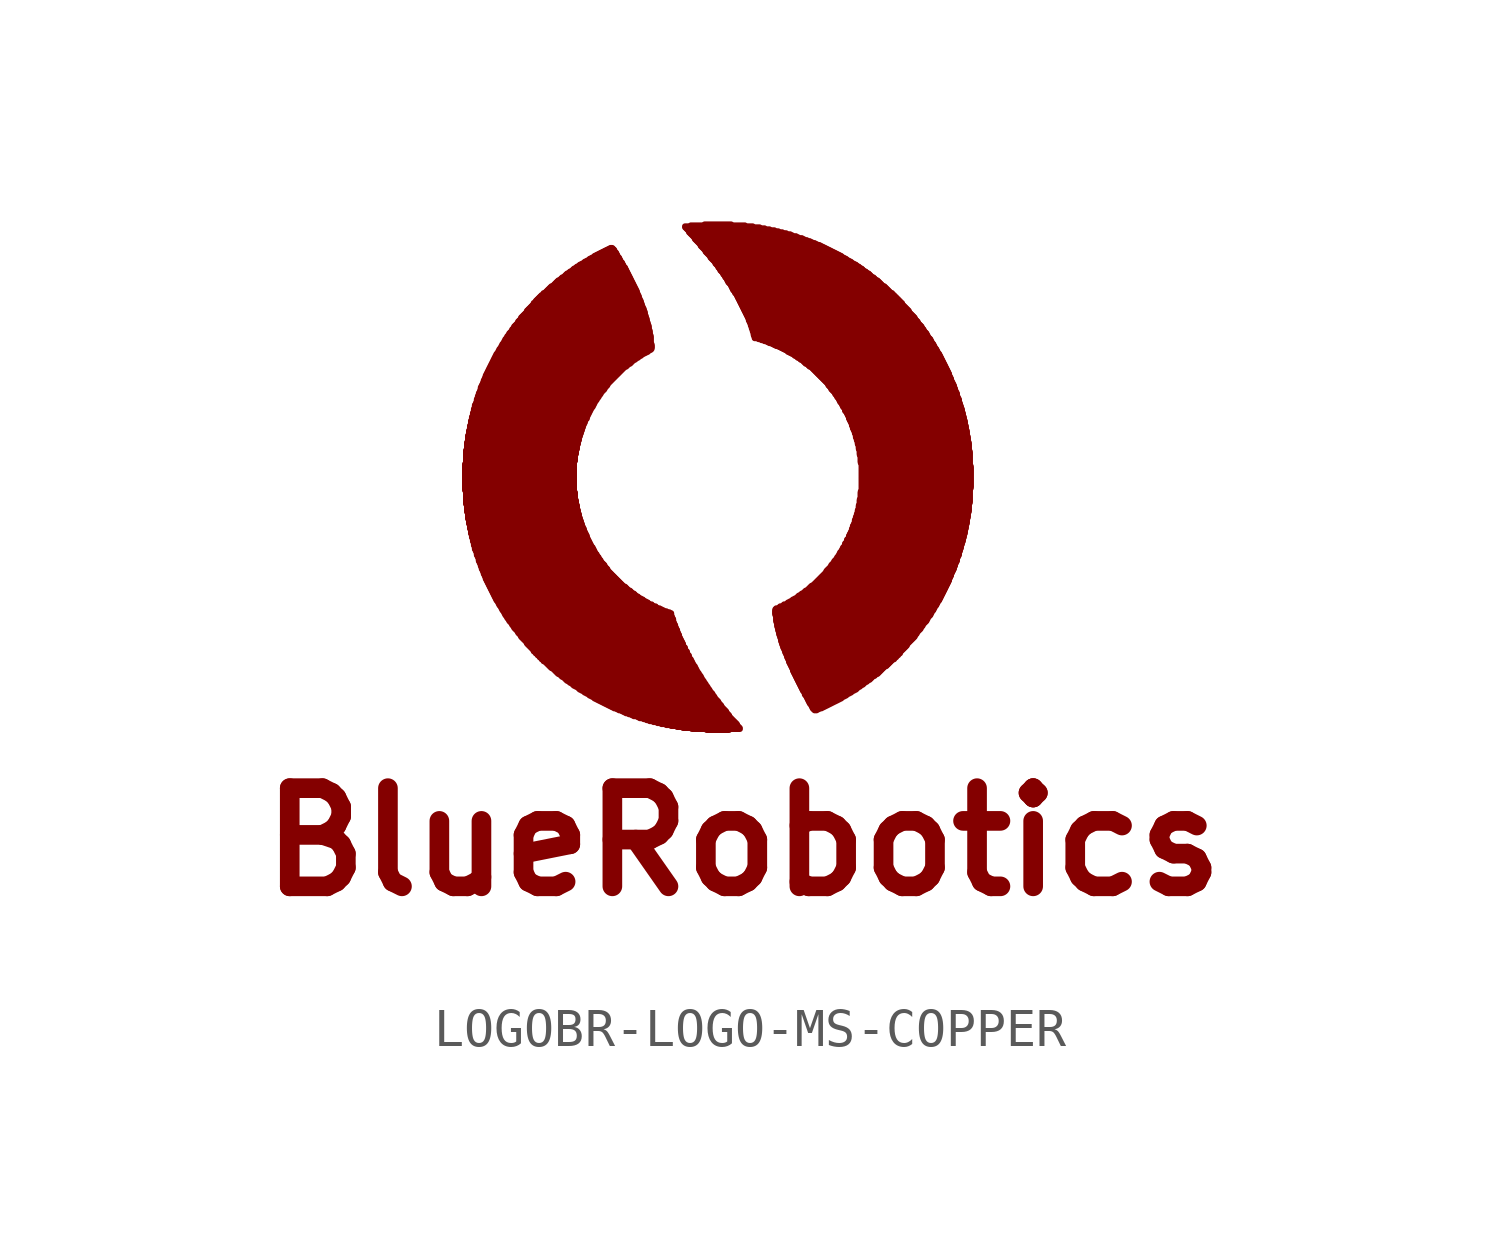
<source format=kicad_sym>
(kicad_symbol_lib
  (version 20231120)
  (generator "kicad_symbol_editor")
  (generator_version "8.0")
  (symbol "LOGOBR-LOGO-MS-COPPER"
    (property "Reference" ""
      (at 0 0 0)
      (effects (font (size 1.27 1.27)) (hide yes)))
    (property "ki_locked" ""
      (at 0 0 0)
      (effects (font (size 1.27 1.27))))
    (symbol "LOGOBR-LOGO-MS-COPPER_1_0"
      (rectangle (start -0.013 6.185) (end 2.807 6.21) (stroke (width 0) (type default)) (fill (type outline)))
      (rectangle (start -0.013 6.21) (end 2.807 6.236) (stroke (width 0) (type default)) (fill (type outline)))
      (rectangle (start -0.013 6.236) (end 2.807 6.261) (stroke (width 0) (type default)) (fill (type outline)))
      (rectangle (start -0.013 6.261) (end 2.807 6.287) (stroke (width 0) (type default)) (fill (type outline)))
      (rectangle (start -0.013 6.287) (end 2.807 6.312) (stroke (width 0) (type default)) (fill (type outline)))
      (rectangle (start -0.013 6.312) (end 2.807 6.337) (stroke (width 0) (type default)) (fill (type outline)))
      (rectangle (start -0.013 6.337) (end 2.807 6.363) (stroke (width 0) (type default)) (fill (type outline)))
      (rectangle (start -0.013 6.363) (end 2.807 6.388) (stroke (width 0) (type default)) (fill (type outline)))
      (rectangle (start -0.013 6.388) (end 2.807 6.413) (stroke (width 0) (type default)) (fill (type outline)))
      (rectangle (start -0.013 6.413) (end 2.807 6.439) (stroke (width 0) (type default)) (fill (type outline)))
      (rectangle (start -0.013 6.439) (end 2.807 6.464) (stroke (width 0) (type default)) (fill (type outline)))
      (rectangle (start -0.013 6.464) (end 2.807 6.49) (stroke (width 0) (type default)) (fill (type outline)))
      (rectangle (start -0.013 6.49) (end 2.807 6.515) (stroke (width 0) (type default)) (fill (type outline)))
      (rectangle (start -0.013 6.515) (end 2.807 6.54) (stroke (width 0) (type default)) (fill (type outline)))
      (rectangle (start -0.013 6.54) (end 2.807 6.566) (stroke (width 0) (type default)) (fill (type outline)))
      (rectangle (start -0.013 6.566) (end 2.807 6.591) (stroke (width 0) (type default)) (fill (type outline)))
      (rectangle (start -0.013 6.591) (end 2.807 6.617) (stroke (width 0) (type default)) (fill (type outline)))
      (rectangle (start -0.013 6.617) (end 2.807 6.642) (stroke (width 0) (type default)) (fill (type outline)))
      (rectangle (start -0.013 6.642) (end 2.807 6.668) (stroke (width 0) (type default)) (fill (type outline)))
      (rectangle (start -0.013 6.668) (end 2.807 6.693) (stroke (width 0) (type default)) (fill (type outline)))
      (rectangle (start -0.013 6.693) (end 2.807 6.718) (stroke (width 0) (type default)) (fill (type outline)))
      (rectangle (start -0.013 6.718) (end 2.807 6.744) (stroke (width 0) (type default)) (fill (type outline)))
      (rectangle (start -0.013 6.744) (end 2.807 6.769) (stroke (width 0) (type default)) (fill (type outline)))
      (rectangle (start -0.013 6.769) (end 2.807 6.795) (stroke (width 0) (type default)) (fill (type outline)))
      (rectangle (start -0.013 6.795) (end 2.807 6.82) (stroke (width 0) (type default)) (fill (type outline)))
      (rectangle (start -0.013 6.82) (end 2.807 6.845) (stroke (width 0) (type default)) (fill (type outline)))
      (rectangle (start -0.013 6.845) (end 2.807 6.871) (stroke (width 0) (type default)) (fill (type outline)))
      (rectangle (start 0.013 5.829) (end 2.857 5.855) (stroke (width 0) (type default)) (fill (type outline)))
      (rectangle (start 0.013 5.855) (end 2.857 5.88) (stroke (width 0) (type default)) (fill (type outline)))
      (rectangle (start 0.013 5.88) (end 2.857 5.905) (stroke (width 0) (type default)) (fill (type outline)))
      (rectangle (start 0.013 5.905) (end 2.857 5.931) (stroke (width 0) (type default)) (fill (type outline)))
      (rectangle (start 0.013 5.931) (end 2.832 5.956) (stroke (width 0) (type default)) (fill (type outline)))
      (rectangle (start 0.013 5.956) (end 2.832 5.982) (stroke (width 0) (type default)) (fill (type outline)))
      (rectangle (start 0.013 5.982) (end 2.832 6.007) (stroke (width 0) (type default)) (fill (type outline)))
      (rectangle (start 0.013 6.007) (end 2.832 6.032) (stroke (width 0) (type default)) (fill (type outline)))
      (rectangle (start 0.013 6.032) (end 2.832 6.058) (stroke (width 0) (type default)) (fill (type outline)))
      (rectangle (start 0.013 6.058) (end 2.832 6.083) (stroke (width 0) (type default)) (fill (type outline)))
      (rectangle (start 0.013 6.083) (end 2.832 6.109) (stroke (width 0) (type default)) (fill (type outline)))
      (rectangle (start 0.013 6.109) (end 2.832 6.134) (stroke (width 0) (type default)) (fill (type outline)))
      (rectangle (start 0.013 6.134) (end 2.807 6.16) (stroke (width 0) (type default)) (fill (type outline)))
      (rectangle (start 0.013 6.16) (end 2.807 6.185) (stroke (width 0) (type default)) (fill (type outline)))
      (rectangle (start 0.013 6.871) (end 2.807 6.896) (stroke (width 0) (type default)) (fill (type outline)))
      (rectangle (start 0.013 6.896) (end 2.807 6.921) (stroke (width 0) (type default)) (fill (type outline)))
      (rectangle (start 0.013 6.921) (end 2.807 6.947) (stroke (width 0) (type default)) (fill (type outline)))
      (rectangle (start 0.013 6.947) (end 2.832 6.972) (stroke (width 0) (type default)) (fill (type outline)))
      (rectangle (start 0.013 6.972) (end 2.832 6.998) (stroke (width 0) (type default)) (fill (type outline)))
      (rectangle (start 0.013 6.998) (end 2.832 7.023) (stroke (width 0) (type default)) (fill (type outline)))
      (rectangle (start 0.013 7.023) (end 2.832 7.048) (stroke (width 0) (type default)) (fill (type outline)))
      (rectangle (start 0.013 7.048) (end 2.832 7.074) (stroke (width 0) (type default)) (fill (type outline)))
      (rectangle (start 0.013 7.074) (end 2.832 7.099) (stroke (width 0) (type default)) (fill (type outline)))
      (rectangle (start 0.013 7.099) (end 2.832 7.125) (stroke (width 0) (type default)) (fill (type outline)))
      (rectangle (start 0.013 7.125) (end 2.857 7.15) (stroke (width 0) (type default)) (fill (type outline)))
      (rectangle (start 0.013 7.15) (end 2.857 7.176) (stroke (width 0) (type default)) (fill (type outline)))
      (rectangle (start 0.013 7.176) (end 2.857 7.201) (stroke (width 0) (type default)) (fill (type outline)))
      (rectangle (start 0.013 7.201) (end 2.857 7.226) (stroke (width 0) (type default)) (fill (type outline)))
      (rectangle (start 0.038 5.626) (end 2.908 5.652) (stroke (width 0) (type default)) (fill (type outline)))
      (rectangle (start 0.038 5.652) (end 2.908 5.677) (stroke (width 0) (type default)) (fill (type outline)))
      (rectangle (start 0.038 5.677) (end 2.883 5.702) (stroke (width 0) (type default)) (fill (type outline)))
      (rectangle (start 0.038 5.702) (end 2.883 5.728) (stroke (width 0) (type default)) (fill (type outline)))
      (rectangle (start 0.038 5.728) (end 2.883 5.753) (stroke (width 0) (type default)) (fill (type outline)))
      (rectangle (start 0.038 5.753) (end 2.883 5.779) (stroke (width 0) (type default)) (fill (type outline)))
      (rectangle (start 0.038 5.779) (end 2.883 5.804) (stroke (width 0) (type default)) (fill (type outline)))
      (rectangle (start 0.038 5.804) (end 2.857 5.829) (stroke (width 0) (type default)) (fill (type outline)))
      (rectangle (start 0.038 7.226) (end 2.857 7.252) (stroke (width 0) (type default)) (fill (type outline)))
      (rectangle (start 0.038 7.252) (end 2.883 7.277) (stroke (width 0) (type default)) (fill (type outline)))
      (rectangle (start 0.038 7.277) (end 2.883 7.303) (stroke (width 0) (type default)) (fill (type outline)))
      (rectangle (start 0.038 7.303) (end 2.883 7.328) (stroke (width 0) (type default)) (fill (type outline)))
      (rectangle (start 0.038 7.328) (end 2.883 7.353) (stroke (width 0) (type default)) (fill (type outline)))
      (rectangle (start 0.038 7.353) (end 2.883 7.379) (stroke (width 0) (type default)) (fill (type outline)))
      (rectangle (start 0.038 7.379) (end 2.908 7.404) (stroke (width 0) (type default)) (fill (type outline)))
      (rectangle (start 0.038 7.404) (end 2.908 7.429) (stroke (width 0) (type default)) (fill (type outline)))
      (rectangle (start 0.064 5.448) (end 2.959 5.474) (stroke (width 0) (type default)) (fill (type outline)))
      (rectangle (start 0.064 5.474) (end 2.934 5.499) (stroke (width 0) (type default)) (fill (type outline)))
      (rectangle (start 0.064 5.499) (end 2.934 5.524) (stroke (width 0) (type default)) (fill (type outline)))
      (rectangle (start 0.064 5.524) (end 2.934 5.55) (stroke (width 0) (type default)) (fill (type outline)))
      (rectangle (start 0.064 5.55) (end 2.934 5.575) (stroke (width 0) (type default)) (fill (type outline)))
      (rectangle (start 0.064 5.575) (end 2.908 5.601) (stroke (width 0) (type default)) (fill (type outline)))
      (rectangle (start 0.064 5.601) (end 2.908 5.626) (stroke (width 0) (type default)) (fill (type outline)))
      (rectangle (start 0.064 7.429) (end 2.908 7.455) (stroke (width 0) (type default)) (fill (type outline)))
      (rectangle (start 0.064 7.455) (end 2.908 7.48) (stroke (width 0) (type default)) (fill (type outline)))
      (rectangle (start 0.064 7.48) (end 2.934 7.506) (stroke (width 0) (type default)) (fill (type outline)))
      (rectangle (start 0.064 7.506) (end 2.934 7.531) (stroke (width 0) (type default)) (fill (type outline)))
      (rectangle (start 0.064 7.531) (end 2.934 7.556) (stroke (width 0) (type default)) (fill (type outline)))
      (rectangle (start 0.064 7.556) (end 2.934 7.582) (stroke (width 0) (type default)) (fill (type outline)))
      (rectangle (start 0.064 7.582) (end 2.959 7.607) (stroke (width 0) (type default)) (fill (type outline)))
      (rectangle (start 0.089 5.321) (end 2.985 5.347) (stroke (width 0) (type default)) (fill (type outline)))
      (rectangle (start 0.089 5.347) (end 2.985 5.372) (stroke (width 0) (type default)) (fill (type outline)))
      (rectangle (start 0.089 5.372) (end 2.985 5.397) (stroke (width 0) (type default)) (fill (type outline)))
      (rectangle (start 0.089 5.397) (end 2.959 5.423) (stroke (width 0) (type default)) (fill (type outline)))
      (rectangle (start 0.089 5.423) (end 2.959 5.448) (stroke (width 0) (type default)) (fill (type outline)))
      (rectangle (start 0.089 7.607) (end 2.959 7.633) (stroke (width 0) (type default)) (fill (type outline)))
      (rectangle (start 0.089 7.633) (end 2.959 7.658) (stroke (width 0) (type default)) (fill (type outline)))
      (rectangle (start 0.089 7.658) (end 2.985 7.684) (stroke (width 0) (type default)) (fill (type outline)))
      (rectangle (start 0.089 7.684) (end 2.985 7.709) (stroke (width 0) (type default)) (fill (type outline)))
      (rectangle (start 0.089 7.709) (end 2.985 7.734) (stroke (width 0) (type default)) (fill (type outline)))
      (rectangle (start 0.114 5.194) (end 3.035 5.22) (stroke (width 0) (type default)) (fill (type outline)))
      (rectangle (start 0.114 5.22) (end 3.035 5.245) (stroke (width 0) (type default)) (fill (type outline)))
      (rectangle (start 0.114 5.245) (end 3.01 5.271) (stroke (width 0) (type default)) (fill (type outline)))
      (rectangle (start 0.114 5.271) (end 3.01 5.296) (stroke (width 0) (type default)) (fill (type outline)))
      (rectangle (start 0.114 5.296) (end 3.01 5.321) (stroke (width 0) (type default)) (fill (type outline)))
      (rectangle (start 0.114 7.734) (end 3.01 7.76) (stroke (width 0) (type default)) (fill (type outline)))
      (rectangle (start 0.114 7.76) (end 3.01 7.785) (stroke (width 0) (type default)) (fill (type outline)))
      (rectangle (start 0.114 7.785) (end 3.01 7.811) (stroke (width 0) (type default)) (fill (type outline)))
      (rectangle (start 0.114 7.811) (end 3.035 7.836) (stroke (width 0) (type default)) (fill (type outline)))
      (rectangle (start 0.114 7.836) (end 3.035 7.861) (stroke (width 0) (type default)) (fill (type outline)))
      (rectangle (start 0.14 5.067) (end 3.086 5.093) (stroke (width 0) (type default)) (fill (type outline)))
      (rectangle (start 0.14 5.093) (end 3.086 5.118) (stroke (width 0) (type default)) (fill (type outline)))
      (rectangle (start 0.14 5.118) (end 3.061 5.144) (stroke (width 0) (type default)) (fill (type outline)))
      (rectangle (start 0.14 5.144) (end 3.061 5.169) (stroke (width 0) (type default)) (fill (type outline)))
      (rectangle (start 0.14 5.169) (end 3.061 5.194) (stroke (width 0) (type default)) (fill (type outline)))
      (rectangle (start 0.14 7.861) (end 3.035 7.887) (stroke (width 0) (type default)) (fill (type outline)))
      (rectangle (start 0.14 7.887) (end 3.061 7.912) (stroke (width 0) (type default)) (fill (type outline)))
      (rectangle (start 0.14 7.912) (end 3.061 7.938) (stroke (width 0) (type default)) (fill (type outline)))
      (rectangle (start 0.14 7.938) (end 3.086 7.963) (stroke (width 0) (type default)) (fill (type outline)))
      (rectangle (start 0.14 7.963) (end 3.086 7.988) (stroke (width 0) (type default)) (fill (type outline)))
      (rectangle (start 0.165 4.966) (end 3.137 4.991) (stroke (width 0) (type default)) (fill (type outline)))
      (rectangle (start 0.165 4.991) (end 3.137 5.016) (stroke (width 0) (type default)) (fill (type outline)))
      (rectangle (start 0.165 5.016) (end 3.111 5.042) (stroke (width 0) (type default)) (fill (type outline)))
      (rectangle (start 0.165 5.042) (end 3.111 5.067) (stroke (width 0) (type default)) (fill (type outline)))
      (rectangle (start 0.165 7.988) (end 3.086 8.014) (stroke (width 0) (type default)) (fill (type outline)))
      (rectangle (start 0.165 8.014) (end 3.111 8.039) (stroke (width 0) (type default)) (fill (type outline)))
      (rectangle (start 0.165 8.039) (end 3.137 8.065) (stroke (width 0) (type default)) (fill (type outline)))
      (rectangle (start 0.165 8.065) (end 3.137 8.09) (stroke (width 0) (type default)) (fill (type outline)))
      (rectangle (start 0.191 4.864) (end 3.188 4.889) (stroke (width 0) (type default)) (fill (type outline)))
      (rectangle (start 0.191 4.889) (end 3.162 4.915) (stroke (width 0) (type default)) (fill (type outline)))
      (rectangle (start 0.191 4.915) (end 3.162 4.94) (stroke (width 0) (type default)) (fill (type outline)))
      (rectangle (start 0.191 4.94) (end 3.137 4.966) (stroke (width 0) (type default)) (fill (type outline)))
      (rectangle (start 0.191 8.09) (end 3.137 8.115) (stroke (width 0) (type default)) (fill (type outline)))
      (rectangle (start 0.191 8.115) (end 3.162 8.141) (stroke (width 0) (type default)) (fill (type outline)))
      (rectangle (start 0.191 8.141) (end 3.162 8.166) (stroke (width 0) (type default)) (fill (type outline)))
      (rectangle (start 0.191 8.166) (end 3.188 8.191) (stroke (width 0) (type default)) (fill (type outline)))
      (rectangle (start 0.216 4.763) (end 3.239 4.788) (stroke (width 0) (type default)) (fill (type outline)))
      (rectangle (start 0.216 4.788) (end 3.213 4.813) (stroke (width 0) (type default)) (fill (type outline)))
      (rectangle (start 0.216 4.813) (end 3.213 4.839) (stroke (width 0) (type default)) (fill (type outline)))
      (rectangle (start 0.216 4.839) (end 3.188 4.864) (stroke (width 0) (type default)) (fill (type outline)))
      (rectangle (start 0.216 8.191) (end 3.188 8.217) (stroke (width 0) (type default)) (fill (type outline)))
      (rectangle (start 0.216 8.217) (end 3.213 8.242) (stroke (width 0) (type default)) (fill (type outline)))
      (rectangle (start 0.216 8.242) (end 3.213 8.268) (stroke (width 0) (type default)) (fill (type outline)))
      (rectangle (start 0.216 8.268) (end 3.239 8.293) (stroke (width 0) (type default)) (fill (type outline)))
      (rectangle (start 0.241 4.661) (end 3.289 4.686) (stroke (width 0) (type default)) (fill (type outline)))
      (rectangle (start 0.241 4.686) (end 3.289 4.712) (stroke (width 0) (type default)) (fill (type outline)))
      (rectangle (start 0.241 4.712) (end 3.264 4.737) (stroke (width 0) (type default)) (fill (type outline)))
      (rectangle (start 0.241 4.737) (end 3.239 4.763) (stroke (width 0) (type default)) (fill (type outline)))
      (rectangle (start 0.241 8.293) (end 3.239 8.319) (stroke (width 0) (type default)) (fill (type outline)))
      (rectangle (start 0.241 8.319) (end 3.264 8.344) (stroke (width 0) (type default)) (fill (type outline)))
      (rectangle (start 0.241 8.344) (end 3.289 8.369) (stroke (width 0) (type default)) (fill (type outline)))
      (rectangle (start 0.241 8.369) (end 3.289 8.395) (stroke (width 0) (type default)) (fill (type outline)))
      (rectangle (start 0.267 4.61) (end 3.315 4.636) (stroke (width 0) (type default)) (fill (type outline)))
      (rectangle (start 0.267 4.636) (end 3.315 4.661) (stroke (width 0) (type default)) (fill (type outline)))
      (rectangle (start 0.267 8.395) (end 3.315 8.42) (stroke (width 0) (type default)) (fill (type outline)))
      (rectangle (start 0.267 8.42) (end 3.315 8.445) (stroke (width 0) (type default)) (fill (type outline)))
      (rectangle (start 0.292 4.508) (end 3.391 4.534) (stroke (width 0) (type default)) (fill (type outline)))
      (rectangle (start 0.292 4.534) (end 3.365 4.559) (stroke (width 0) (type default)) (fill (type outline)))
      (rectangle (start 0.292 4.559) (end 3.34 4.585) (stroke (width 0) (type default)) (fill (type outline)))
      (rectangle (start 0.292 4.585) (end 3.34 4.61) (stroke (width 0) (type default)) (fill (type outline)))
      (rectangle (start 0.292 8.445) (end 3.34 8.471) (stroke (width 0) (type default)) (fill (type outline)))
      (rectangle (start 0.292 8.471) (end 3.34 8.496) (stroke (width 0) (type default)) (fill (type outline)))
      (rectangle (start 0.292 8.496) (end 3.365 8.522) (stroke (width 0) (type default)) (fill (type outline)))
      (rectangle (start 0.292 8.522) (end 3.391 8.547) (stroke (width 0) (type default)) (fill (type outline)))
      (rectangle (start 0.318 4.458) (end 3.416 4.483) (stroke (width 0) (type default)) (fill (type outline)))
      (rectangle (start 0.318 4.483) (end 3.391 4.508) (stroke (width 0) (type default)) (fill (type outline)))
      (rectangle (start 0.318 8.547) (end 3.391 8.572) (stroke (width 0) (type default)) (fill (type outline)))
      (rectangle (start 0.318 8.572) (end 3.416 8.598) (stroke (width 0) (type default)) (fill (type outline)))
      (rectangle (start 0.318 8.598) (end 3.442 8.623) (stroke (width 0) (type default)) (fill (type outline)))
      (rectangle (start 0.343 4.356) (end 3.493 4.381) (stroke (width 0) (type default)) (fill (type outline)))
      (rectangle (start 0.343 4.381) (end 3.467 4.407) (stroke (width 0) (type default)) (fill (type outline)))
      (rectangle (start 0.343 4.407) (end 3.442 4.432) (stroke (width 0) (type default)) (fill (type outline)))
      (rectangle (start 0.343 4.432) (end 3.442 4.458) (stroke (width 0) (type default)) (fill (type outline)))
      (rectangle (start 0.343 8.623) (end 3.442 8.649) (stroke (width 0) (type default)) (fill (type outline)))
      (rectangle (start 0.343 8.649) (end 3.467 8.674) (stroke (width 0) (type default)) (fill (type outline)))
      (rectangle (start 0.343 8.674) (end 3.493 8.7) (stroke (width 0) (type default)) (fill (type outline)))
      (rectangle (start 0.368 4.305) (end 3.518 4.331) (stroke (width 0) (type default)) (fill (type outline)))
      (rectangle (start 0.368 4.331) (end 3.493 4.356) (stroke (width 0) (type default)) (fill (type outline)))
      (rectangle (start 0.368 8.7) (end 3.493 8.725) (stroke (width 0) (type default)) (fill (type outline)))
      (rectangle (start 0.368 8.725) (end 3.518 8.75) (stroke (width 0) (type default)) (fill (type outline)))
      (rectangle (start 0.394 4.229) (end 3.594 4.255) (stroke (width 0) (type default)) (fill (type outline)))
      (rectangle (start 0.394 4.255) (end 3.569 4.28) (stroke (width 0) (type default)) (fill (type outline)))
      (rectangle (start 0.394 4.28) (end 3.543 4.305) (stroke (width 0) (type default)) (fill (type outline)))
      (rectangle (start 0.394 8.75) (end 3.543 8.776) (stroke (width 0) (type default)) (fill (type outline)))
      (rectangle (start 0.394 8.776) (end 3.569 8.801) (stroke (width 0) (type default)) (fill (type outline)))
      (rectangle (start 0.394 8.801) (end 3.594 8.826) (stroke (width 0) (type default)) (fill (type outline)))
      (rectangle (start 0.394 8.826) (end 3.594 8.852) (stroke (width 0) (type default)) (fill (type outline)))
      (rectangle (start 0.419 4.153) (end 3.645 4.178) (stroke (width 0) (type default)) (fill (type outline)))
      (rectangle (start 0.419 4.178) (end 3.619 4.204) (stroke (width 0) (type default)) (fill (type outline)))
      (rectangle (start 0.419 4.204) (end 3.594 4.229) (stroke (width 0) (type default)) (fill (type outline)))
      (rectangle (start 0.419 8.852) (end 3.619 8.877) (stroke (width 0) (type default)) (fill (type outline)))
      (rectangle (start 0.419 8.877) (end 3.645 8.903) (stroke (width 0) (type default)) (fill (type outline)))
      (rectangle (start 0.445 4.102) (end 3.67 4.128) (stroke (width 0) (type default)) (fill (type outline)))
      (rectangle (start 0.445 4.128) (end 3.67 4.153) (stroke (width 0) (type default)) (fill (type outline)))
      (rectangle (start 0.445 8.903) (end 3.67 8.928) (stroke (width 0) (type default)) (fill (type outline)))
      (rectangle (start 0.445 8.928) (end 3.67 8.954) (stroke (width 0) (type default)) (fill (type outline)))
      (rectangle (start 0.47 4.026) (end 3.747 4.051) (stroke (width 0) (type default)) (fill (type outline)))
      (rectangle (start 0.47 4.051) (end 3.721 4.077) (stroke (width 0) (type default)) (fill (type outline)))
      (rectangle (start 0.47 4.077) (end 3.696 4.102) (stroke (width 0) (type default)) (fill (type outline)))
      (rectangle (start 0.47 8.954) (end 3.696 8.979) (stroke (width 0) (type default)) (fill (type outline)))
      (rectangle (start 0.47 8.979) (end 3.721 9.004) (stroke (width 0) (type default)) (fill (type outline)))
      (rectangle (start 0.47 9.004) (end 3.747 9.03) (stroke (width 0) (type default)) (fill (type outline)))
      (rectangle (start 0.495 3.975) (end 3.797 4) (stroke (width 0) (type default)) (fill (type outline)))
      (rectangle (start 0.495 4) (end 3.772 4.026) (stroke (width 0) (type default)) (fill (type outline)))
      (rectangle (start 0.495 9.03) (end 3.772 9.055) (stroke (width 0) (type default)) (fill (type outline)))
      (rectangle (start 0.495 9.055) (end 3.797 9.081) (stroke (width 0) (type default)) (fill (type outline)))
      (rectangle (start 0.521 3.899) (end 3.873 3.924) (stroke (width 0) (type default)) (fill (type outline)))
      (rectangle (start 0.521 3.924) (end 3.848 3.95) (stroke (width 0) (type default)) (fill (type outline)))
      (rectangle (start 0.521 3.95) (end 3.823 3.975) (stroke (width 0) (type default)) (fill (type outline)))
      (rectangle (start 0.521 9.081) (end 3.823 9.106) (stroke (width 0) (type default)) (fill (type outline)))
      (rectangle (start 0.521 9.106) (end 3.848 9.131) (stroke (width 0) (type default)) (fill (type outline)))
      (rectangle (start 0.521 9.131) (end 3.873 9.157) (stroke (width 0) (type default)) (fill (type outline)))
      (rectangle (start 0.546 3.848) (end 3.924 3.873) (stroke (width 0) (type default)) (fill (type outline)))
      (rectangle (start 0.546 3.873) (end 3.899 3.899) (stroke (width 0) (type default)) (fill (type outline)))
      (rectangle (start 0.546 9.157) (end 3.899 9.182) (stroke (width 0) (type default)) (fill (type outline)))
      (rectangle (start 0.546 9.182) (end 3.924 9.207) (stroke (width 0) (type default)) (fill (type outline)))
      (rectangle (start 0.572 3.797) (end 3.975 3.823) (stroke (width 0) (type default)) (fill (type outline)))
      (rectangle (start 0.572 3.823) (end 3.95 3.848) (stroke (width 0) (type default)) (fill (type outline)))
      (rectangle (start 0.572 9.207) (end 3.95 9.233) (stroke (width 0) (type default)) (fill (type outline)))
      (rectangle (start 0.572 9.233) (end 3.975 9.258) (stroke (width 0) (type default)) (fill (type outline)))
      (rectangle (start 0.597 3.747) (end 4.026 3.772) (stroke (width 0) (type default)) (fill (type outline)))
      (rectangle (start 0.597 3.772) (end 4 3.797) (stroke (width 0) (type default)) (fill (type outline)))
      (rectangle (start 0.597 9.258) (end 4 9.284) (stroke (width 0) (type default)) (fill (type outline)))
      (rectangle (start 0.597 9.284) (end 4.026 9.309) (stroke (width 0) (type default)) (fill (type outline)))
      (rectangle (start 0.622 3.696) (end 4.077 3.721) (stroke (width 0) (type default)) (fill (type outline)))
      (rectangle (start 0.622 3.721) (end 4.051 3.747) (stroke (width 0) (type default)) (fill (type outline)))
      (rectangle (start 0.622 9.309) (end 4.051 9.335) (stroke (width 0) (type default)) (fill (type outline)))
      (rectangle (start 0.622 9.335) (end 4.077 9.36) (stroke (width 0) (type default)) (fill (type outline)))
      (rectangle (start 0.648 3.645) (end 4.153 3.67) (stroke (width 0) (type default)) (fill (type outline)))
      (rectangle (start 0.648 3.67) (end 4.128 3.696) (stroke (width 0) (type default)) (fill (type outline)))
      (rectangle (start 0.648 9.36) (end 4.102 9.385) (stroke (width 0) (type default)) (fill (type outline)))
      (rectangle (start 0.648 9.385) (end 4.153 9.411) (stroke (width 0) (type default)) (fill (type outline)))
      (rectangle (start 0.673 3.594) (end 4.204 3.619) (stroke (width 0) (type default)) (fill (type outline)))
      (rectangle (start 0.673 3.619) (end 4.178 3.645) (stroke (width 0) (type default)) (fill (type outline)))
      (rectangle (start 0.673 9.411) (end 4.178 9.436) (stroke (width 0) (type default)) (fill (type outline)))
      (rectangle (start 0.673 9.436) (end 4.204 9.461) (stroke (width 0) (type default)) (fill (type outline)))
      (rectangle (start 0.699 3.543) (end 4.28 3.569) (stroke (width 0) (type default)) (fill (type outline)))
      (rectangle (start 0.699 3.569) (end 4.255 3.594) (stroke (width 0) (type default)) (fill (type outline)))
      (rectangle (start 0.699 9.461) (end 4.255 9.487) (stroke (width 0) (type default)) (fill (type outline)))
      (rectangle (start 0.699 9.487) (end 4.28 9.512) (stroke (width 0) (type default)) (fill (type outline)))
      (rectangle (start 0.724 3.493) (end 4.356 3.518) (stroke (width 0) (type default)) (fill (type outline)))
      (rectangle (start 0.724 3.518) (end 4.305 3.543) (stroke (width 0) (type default)) (fill (type outline)))
      (rectangle (start 0.724 9.512) (end 4.305 9.538) (stroke (width 0) (type default)) (fill (type outline)))
      (rectangle (start 0.724 9.538) (end 4.331 9.563) (stroke (width 0) (type default)) (fill (type outline)))
      (rectangle (start 0.749 3.442) (end 4.407 3.467) (stroke (width 0) (type default)) (fill (type outline)))
      (rectangle (start 0.749 3.467) (end 4.381 3.493) (stroke (width 0) (type default)) (fill (type outline)))
      (rectangle (start 0.749 9.563) (end 4.381 9.588) (stroke (width 0) (type default)) (fill (type outline)))
      (rectangle (start 0.749 9.588) (end 4.407 9.614) (stroke (width 0) (type default)) (fill (type outline)))
      (rectangle (start 0.775 3.391) (end 4.483 3.416) (stroke (width 0) (type default)) (fill (type outline)))
      (rectangle (start 0.775 3.416) (end 4.458 3.442) (stroke (width 0) (type default)) (fill (type outline)))
      (rectangle (start 0.775 9.614) (end 4.458 9.639) (stroke (width 0) (type default)) (fill (type outline)))
      (rectangle (start 0.775 9.639) (end 4.483 9.665) (stroke (width 0) (type default)) (fill (type outline)))
      (rectangle (start 0.8 3.34) (end 4.585 3.365) (stroke (width 0) (type default)) (fill (type outline)))
      (rectangle (start 0.8 3.365) (end 4.534 3.391) (stroke (width 0) (type default)) (fill (type outline)))
      (rectangle (start 0.8 9.665) (end 4.534 9.69) (stroke (width 0) (type default)) (fill (type outline)))
      (rectangle (start 0.8 9.69) (end 4.559 9.716) (stroke (width 0) (type default)) (fill (type outline)))
      (rectangle (start 0.826 3.315) (end 4.61 3.34) (stroke (width 0) (type default)) (fill (type outline)))
      (rectangle (start 0.826 9.716) (end 4.61 9.741) (stroke (width 0) (type default)) (fill (type outline)))
      (rectangle (start 0.851 3.264) (end 4.712 3.289) (stroke (width 0) (type default)) (fill (type outline)))
      (rectangle (start 0.851 3.289) (end 4.661 3.315) (stroke (width 0) (type default)) (fill (type outline)))
      (rectangle (start 0.851 9.741) (end 4.661 9.766) (stroke (width 0) (type default)) (fill (type outline)))
      (rectangle (start 0.851 9.766) (end 4.712 9.792) (stroke (width 0) (type default)) (fill (type outline)))
      (rectangle (start 0.876 3.213) (end 4.813 3.239) (stroke (width 0) (type default)) (fill (type outline)))
      (rectangle (start 0.876 3.239) (end 4.737 3.264) (stroke (width 0) (type default)) (fill (type outline)))
      (rectangle (start 0.876 9.792) (end 4.737 9.817) (stroke (width 0) (type default)) (fill (type outline)))
      (rectangle (start 0.876 9.817) (end 4.788 9.842) (stroke (width 0) (type default)) (fill (type outline)))
      (rectangle (start 0.902 3.188) (end 4.839 3.213) (stroke (width 0) (type default)) (fill (type outline)))
      (rectangle (start 0.902 9.842) (end 4.813 9.868) (stroke (width 0) (type default)) (fill (type outline)))
      (rectangle (start 0.927 3.137) (end 4.94 3.162) (stroke (width 0) (type default)) (fill (type outline)))
      (rectangle (start 0.927 3.162) (end 4.915 3.188) (stroke (width 0) (type default)) (fill (type outline)))
      (rectangle (start 0.927 9.868) (end 4.813 9.893) (stroke (width 0) (type default)) (fill (type outline)))
      (rectangle (start 0.927 9.893) (end 4.813 9.919) (stroke (width 0) (type default)) (fill (type outline)))
      (rectangle (start 0.953 3.086) (end 5.067 3.111) (stroke (width 0) (type default)) (fill (type outline)))
      (rectangle (start 0.953 3.111) (end 5.016 3.137) (stroke (width 0) (type default)) (fill (type outline)))
      (rectangle (start 0.953 9.919) (end 4.813 9.944) (stroke (width 0) (type default)) (fill (type outline)))
      (rectangle (start 0.953 9.944) (end 4.813 9.97) (stroke (width 0) (type default)) (fill (type outline)))
      (rectangle (start 0.978 3.061) (end 5.118 3.086) (stroke (width 0) (type default)) (fill (type outline)))
      (rectangle (start 0.978 9.97) (end 4.788 9.995) (stroke (width 0) (type default)) (fill (type outline)))
      (rectangle (start 1.003 3.01) (end 5.271 3.035) (stroke (width 0) (type default)) (fill (type outline)))
      (rectangle (start 1.003 3.035) (end 5.194 3.061) (stroke (width 0) (type default)) (fill (type outline)))
      (rectangle (start 1.003 9.995) (end 4.788 10.02) (stroke (width 0) (type default)) (fill (type outline)))
      (rectangle (start 1.003 10.02) (end 4.788 10.046) (stroke (width 0) (type default)) (fill (type outline)))
      (rectangle (start 1.029 2.959) (end 5.321 2.985) (stroke (width 0) (type default)) (fill (type outline)))
      (rectangle (start 1.029 2.985) (end 5.321 3.01) (stroke (width 0) (type default)) (fill (type outline)))
      (rectangle (start 1.029 10.046) (end 4.788 10.071) (stroke (width 0) (type default)) (fill (type outline)))
      (rectangle (start 1.029 10.071) (end 4.788 10.097) (stroke (width 0) (type default)) (fill (type outline)))
      (rectangle (start 1.054 2.934) (end 5.321 2.959) (stroke (width 0) (type default)) (fill (type outline)))
      (rectangle (start 1.054 10.097) (end 4.788 10.122) (stroke (width 0) (type default)) (fill (type outline)))
      (rectangle (start 1.079 2.883) (end 5.347 2.908) (stroke (width 0) (type default)) (fill (type outline)))
      (rectangle (start 1.079 2.908) (end 5.321 2.934) (stroke (width 0) (type default)) (fill (type outline)))
      (rectangle (start 1.079 10.122) (end 4.788 10.147) (stroke (width 0) (type default)) (fill (type outline)))
      (rectangle (start 1.079 10.147) (end 4.788 10.173) (stroke (width 0) (type default)) (fill (type outline)))
      (rectangle (start 1.105 2.857) (end 5.347 2.883) (stroke (width 0) (type default)) (fill (type outline)))
      (rectangle (start 1.105 10.173) (end 4.788 10.198) (stroke (width 0) (type default)) (fill (type outline)))
      (rectangle (start 1.13 2.807) (end 5.372 2.832) (stroke (width 0) (type default)) (fill (type outline)))
      (rectangle (start 1.13 2.832) (end 5.372 2.857) (stroke (width 0) (type default)) (fill (type outline)))
      (rectangle (start 1.13 10.198) (end 4.763 10.223) (stroke (width 0) (type default)) (fill (type outline)))
      (rectangle (start 1.13 10.223) (end 4.763 10.249) (stroke (width 0) (type default)) (fill (type outline)))
      (rectangle (start 1.156 2.781) (end 5.372 2.807) (stroke (width 0) (type default)) (fill (type outline)))
      (rectangle (start 1.156 10.249) (end 4.763 10.274) (stroke (width 0) (type default)) (fill (type outline)))
      (rectangle (start 1.181 2.756) (end 5.372 2.781) (stroke (width 0) (type default)) (fill (type outline)))
      (rectangle (start 1.181 10.274) (end 4.763 10.3) (stroke (width 0) (type default)) (fill (type outline)))
      (rectangle (start 1.206 2.705) (end 5.397 2.731) (stroke (width 0) (type default)) (fill (type outline)))
      (rectangle (start 1.206 2.731) (end 5.397 2.756) (stroke (width 0) (type default)) (fill (type outline)))
      (rectangle (start 1.206 10.3) (end 4.763 10.325) (stroke (width 0) (type default)) (fill (type outline)))
      (rectangle (start 1.206 10.325) (end 4.737 10.351) (stroke (width 0) (type default)) (fill (type outline)))
      (rectangle (start 1.232 2.68) (end 5.423 2.705) (stroke (width 0) (type default)) (fill (type outline)))
      (rectangle (start 1.232 10.351) (end 4.737 10.376) (stroke (width 0) (type default)) (fill (type outline)))
      (rectangle (start 1.257 2.629) (end 5.423 2.654) (stroke (width 0) (type default)) (fill (type outline)))
      (rectangle (start 1.257 2.654) (end 5.423 2.68) (stroke (width 0) (type default)) (fill (type outline)))
      (rectangle (start 1.257 10.376) (end 4.737 10.401) (stroke (width 0) (type default)) (fill (type outline)))
      (rectangle (start 1.257 10.401) (end 4.737 10.427) (stroke (width 0) (type default)) (fill (type outline)))
      (rectangle (start 1.283 2.603) (end 5.448 2.629) (stroke (width 0) (type default)) (fill (type outline)))
      (rectangle (start 1.283 10.427) (end 4.737 10.452) (stroke (width 0) (type default)) (fill (type outline)))
      (rectangle (start 1.308 2.578) (end 5.448 2.603) (stroke (width 0) (type default)) (fill (type outline)))
      (rectangle (start 1.308 10.452) (end 4.712 10.477) (stroke (width 0) (type default)) (fill (type outline)))
      (rectangle (start 1.333 2.553) (end 5.474 2.578) (stroke (width 0) (type default)) (fill (type outline)))
      (rectangle (start 1.333 10.477) (end 4.712 10.503) (stroke (width 0) (type default)) (fill (type outline)))
      (rectangle (start 1.359 2.502) (end 5.474 2.527) (stroke (width 0) (type default)) (fill (type outline)))
      (rectangle (start 1.359 2.527) (end 5.474 2.553) (stroke (width 0) (type default)) (fill (type outline)))
      (rectangle (start 1.359 10.503) (end 4.712 10.528) (stroke (width 0) (type default)) (fill (type outline)))
      (rectangle (start 1.359 10.528) (end 4.686 10.554) (stroke (width 0) (type default)) (fill (type outline)))
      (rectangle (start 1.384 2.477) (end 5.499 2.502) (stroke (width 0) (type default)) (fill (type outline)))
      (rectangle (start 1.384 10.554) (end 4.686 10.579) (stroke (width 0) (type default)) (fill (type outline)))
      (rectangle (start 1.41 2.451) (end 5.499 2.477) (stroke (width 0) (type default)) (fill (type outline)))
      (rectangle (start 1.41 10.579) (end 4.686 10.604) (stroke (width 0) (type default)) (fill (type outline)))
      (rectangle (start 1.435 2.4) (end 5.524 2.426) (stroke (width 0) (type default)) (fill (type outline)))
      (rectangle (start 1.435 2.426) (end 5.524 2.451) (stroke (width 0) (type default)) (fill (type outline)))
      (rectangle (start 1.435 10.604) (end 4.686 10.63) (stroke (width 0) (type default)) (fill (type outline)))
      (rectangle (start 1.435 10.63) (end 4.661 10.655) (stroke (width 0) (type default)) (fill (type outline)))
      (rectangle (start 1.46 2.375) (end 5.524 2.4) (stroke (width 0) (type default)) (fill (type outline)))
      (rectangle (start 1.46 10.655) (end 4.661 10.681) (stroke (width 0) (type default)) (fill (type outline)))
      (rectangle (start 1.486 2.349) (end 5.55 2.375) (stroke (width 0) (type default)) (fill (type outline)))
      (rectangle (start 1.486 10.681) (end 4.661 10.706) (stroke (width 0) (type default)) (fill (type outline)))
      (rectangle (start 1.511 2.324) (end 5.55 2.349) (stroke (width 0) (type default)) (fill (type outline)))
      (rectangle (start 1.511 10.706) (end 4.636 10.732) (stroke (width 0) (type default)) (fill (type outline)))
      (rectangle (start 1.537 2.299) (end 5.575 2.324) (stroke (width 0) (type default)) (fill (type outline)))
      (rectangle (start 1.537 10.732) (end 4.636 10.757) (stroke (width 0) (type default)) (fill (type outline)))
      (rectangle (start 1.562 2.273) (end 5.575 2.299) (stroke (width 0) (type default)) (fill (type outline)))
      (rectangle (start 1.562 10.757) (end 4.636 10.782) (stroke (width 0) (type default)) (fill (type outline)))
      (rectangle (start 1.587 2.223) (end 5.601 2.248) (stroke (width 0) (type default)) (fill (type outline)))
      (rectangle (start 1.587 2.248) (end 5.601 2.273) (stroke (width 0) (type default)) (fill (type outline)))
      (rectangle (start 1.587 10.782) (end 4.636 10.808) (stroke (width 0) (type default)) (fill (type outline)))
      (rectangle (start 1.587 10.808) (end 4.61 10.833) (stroke (width 0) (type default)) (fill (type outline)))
      (rectangle (start 1.613 2.197) (end 5.626 2.223) (stroke (width 0) (type default)) (fill (type outline)))
      (rectangle (start 1.613 10.833) (end 4.61 10.858) (stroke (width 0) (type default)) (fill (type outline)))
      (rectangle (start 1.638 2.172) (end 5.626 2.197) (stroke (width 0) (type default)) (fill (type outline)))
      (rectangle (start 1.638 10.858) (end 4.61 10.884) (stroke (width 0) (type default)) (fill (type outline)))
      (rectangle (start 1.664 2.146) (end 5.626 2.172) (stroke (width 0) (type default)) (fill (type outline)))
      (rectangle (start 1.664 10.884) (end 4.585 10.909) (stroke (width 0) (type default)) (fill (type outline)))
      (rectangle (start 1.689 2.121) (end 5.652 2.146) (stroke (width 0) (type default)) (fill (type outline)))
      (rectangle (start 1.689 10.909) (end 4.585 10.935) (stroke (width 0) (type default)) (fill (type outline)))
      (rectangle (start 1.714 2.095) (end 5.677 2.121) (stroke (width 0) (type default)) (fill (type outline)))
      (rectangle (start 1.714 10.935) (end 4.559 10.96) (stroke (width 0) (type default)) (fill (type outline)))
      (rectangle (start 1.74 2.07) (end 5.677 2.095) (stroke (width 0) (type default)) (fill (type outline)))
      (rectangle (start 1.74 10.96) (end 4.559 10.986) (stroke (width 0) (type default)) (fill (type outline)))
      (rectangle (start 1.765 2.019) (end 5.702 2.045) (stroke (width 0) (type default)) (fill (type outline)))
      (rectangle (start 1.765 2.045) (end 5.677 2.07) (stroke (width 0) (type default)) (fill (type outline)))
      (rectangle (start 1.765 10.986) (end 4.559 11.011) (stroke (width 0) (type default)) (fill (type outline)))
      (rectangle (start 1.765 11.011) (end 4.534 11.036) (stroke (width 0) (type default)) (fill (type outline)))
      (rectangle (start 1.816 1.968) (end 5.728 1.994) (stroke (width 0) (type default)) (fill (type outline)))
      (rectangle (start 1.816 1.994) (end 5.728 2.019) (stroke (width 0) (type default)) (fill (type outline)))
      (rectangle (start 1.816 11.036) (end 4.534 11.062) (stroke (width 0) (type default)) (fill (type outline)))
      (rectangle (start 1.816 11.062) (end 4.534 11.087) (stroke (width 0) (type default)) (fill (type outline)))
      (rectangle (start 1.841 11.087) (end 4.508 11.113) (stroke (width 0) (type default)) (fill (type outline)))
      (rectangle (start 1.867 1.918) (end 5.753 1.943) (stroke (width 0) (type default)) (fill (type outline)))
      (rectangle (start 1.867 1.943) (end 5.728 1.968) (stroke (width 0) (type default)) (fill (type outline)))
      (rectangle (start 1.867 11.113) (end 4.508 11.138) (stroke (width 0) (type default)) (fill (type outline)))
      (rectangle (start 1.892 11.138) (end 4.483 11.163) (stroke (width 0) (type default)) (fill (type outline)))
      (rectangle (start 1.918 1.867) (end 5.779 1.892) (stroke (width 0) (type default)) (fill (type outline)))
      (rectangle (start 1.918 1.892) (end 5.779 1.918) (stroke (width 0) (type default)) (fill (type outline)))
      (rectangle (start 1.918 11.163) (end 4.483 11.189) (stroke (width 0) (type default)) (fill (type outline)))
      (rectangle (start 1.943 11.189) (end 4.483 11.214) (stroke (width 0) (type default)) (fill (type outline)))
      (rectangle (start 1.968 1.816) (end 5.804 1.841) (stroke (width 0) (type default)) (fill (type outline)))
      (rectangle (start 1.968 1.841) (end 5.779 1.867) (stroke (width 0) (type default)) (fill (type outline)))
      (rectangle (start 1.968 11.214) (end 4.458 11.239) (stroke (width 0) (type default)) (fill (type outline)))
      (rectangle (start 2.019 1.765) (end 5.829 1.791) (stroke (width 0) (type default)) (fill (type outline)))
      (rectangle (start 2.019 1.791) (end 5.829 1.816) (stroke (width 0) (type default)) (fill (type outline)))
      (rectangle (start 2.019 11.239) (end 4.458 11.265) (stroke (width 0) (type default)) (fill (type outline)))
      (rectangle (start 2.019 11.265) (end 4.432 11.29) (stroke (width 0) (type default)) (fill (type outline)))
      (rectangle (start 2.07 1.74) (end 5.855 1.765) (stroke (width 0) (type default)) (fill (type outline)))
      (rectangle (start 2.07 11.29) (end 4.432 11.316) (stroke (width 0) (type default)) (fill (type outline)))
      (rectangle (start 2.095 1.714) (end 5.855 1.74) (stroke (width 0) (type default)) (fill (type outline)))
      (rectangle (start 2.095 11.316) (end 4.432 11.341) (stroke (width 0) (type default)) (fill (type outline)))
      (rectangle (start 2.121 1.689) (end 5.88 1.714) (stroke (width 0) (type default)) (fill (type outline)))
      (rectangle (start 2.121 11.341) (end 4.407 11.367) (stroke (width 0) (type default)) (fill (type outline)))
      (rectangle (start 2.146 1.664) (end 5.88 1.689) (stroke (width 0) (type default)) (fill (type outline)))
      (rectangle (start 2.146 11.367) (end 4.407 11.392) (stroke (width 0) (type default)) (fill (type outline)))
      (rectangle (start 2.172 1.638) (end 5.905 1.664) (stroke (width 0) (type default)) (fill (type outline)))
      (rectangle (start 2.172 11.392) (end 4.381 11.417) (stroke (width 0) (type default)) (fill (type outline)))
      (rectangle (start 2.197 1.613) (end 5.931 1.638) (stroke (width 0) (type default)) (fill (type outline)))
      (rectangle (start 2.197 11.417) (end 4.381 11.443) (stroke (width 0) (type default)) (fill (type outline)))
      (rectangle (start 2.223 1.587) (end 5.931 1.613) (stroke (width 0) (type default)) (fill (type outline)))
      (rectangle (start 2.223 11.443) (end 4.356 11.468) (stroke (width 0) (type default)) (fill (type outline)))
      (rectangle (start 2.273 1.562) (end 5.956 1.587) (stroke (width 0) (type default)) (fill (type outline)))
      (rectangle (start 2.273 11.468) (end 4.356 11.493) (stroke (width 0) (type default)) (fill (type outline)))
      (rectangle (start 2.299 1.537) (end 5.956 1.562) (stroke (width 0) (type default)) (fill (type outline)))
      (rectangle (start 2.299 11.493) (end 4.331 11.519) (stroke (width 0) (type default)) (fill (type outline)))
      (rectangle (start 2.324 1.511) (end 5.982 1.537) (stroke (width 0) (type default)) (fill (type outline)))
      (rectangle (start 2.324 11.519) (end 4.331 11.544) (stroke (width 0) (type default)) (fill (type outline)))
      (rectangle (start 2.349 1.486) (end 5.982 1.511) (stroke (width 0) (type default)) (fill (type outline)))
      (rectangle (start 2.349 11.544) (end 4.305 11.57) (stroke (width 0) (type default)) (fill (type outline)))
      (rectangle (start 2.375 1.46) (end 6.007 1.486) (stroke (width 0) (type default)) (fill (type outline)))
      (rectangle (start 2.375 11.57) (end 4.305 11.595) (stroke (width 0) (type default)) (fill (type outline)))
      (rectangle (start 2.4 1.435) (end 6.032 1.46) (stroke (width 0) (type default)) (fill (type outline)))
      (rectangle (start 2.4 11.595) (end 4.28 11.62) (stroke (width 0) (type default)) (fill (type outline)))
      (rectangle (start 2.451 1.41) (end 6.032 1.435) (stroke (width 0) (type default)) (fill (type outline)))
      (rectangle (start 2.451 11.62) (end 4.28 11.646) (stroke (width 0) (type default)) (fill (type outline)))
      (rectangle (start 2.477 1.384) (end 6.058 1.41) (stroke (width 0) (type default)) (fill (type outline)))
      (rectangle (start 2.477 11.646) (end 4.255 11.671) (stroke (width 0) (type default)) (fill (type outline)))
      (rectangle (start 2.502 1.359) (end 6.083 1.384) (stroke (width 0) (type default)) (fill (type outline)))
      (rectangle (start 2.502 11.671) (end 4.255 11.697) (stroke (width 0) (type default)) (fill (type outline)))
      (rectangle (start 2.553 1.333) (end 6.083 1.359) (stroke (width 0) (type default)) (fill (type outline)))
      (rectangle (start 2.553 11.697) (end 4.229 11.722) (stroke (width 0) (type default)) (fill (type outline)))
      (rectangle (start 2.578 1.308) (end 6.109 1.333) (stroke (width 0) (type default)) (fill (type outline)))
      (rectangle (start 2.578 11.722) (end 4.229 11.748) (stroke (width 0) (type default)) (fill (type outline)))
      (rectangle (start 2.603 1.283) (end 6.109 1.308) (stroke (width 0) (type default)) (fill (type outline)))
      (rectangle (start 2.603 11.748) (end 4.204 11.773) (stroke (width 0) (type default)) (fill (type outline)))
      (rectangle (start 2.629 1.257) (end 6.134 1.283) (stroke (width 0) (type default)) (fill (type outline)))
      (rectangle (start 2.629 11.773) (end 4.204 11.798) (stroke (width 0) (type default)) (fill (type outline)))
      (rectangle (start 2.68 1.232) (end 6.16 1.257) (stroke (width 0) (type default)) (fill (type outline)))
      (rectangle (start 2.68 11.798) (end 4.178 11.824) (stroke (width 0) (type default)) (fill (type outline)))
      (rectangle (start 2.705 1.206) (end 6.16 1.232) (stroke (width 0) (type default)) (fill (type outline)))
      (rectangle (start 2.705 11.824) (end 4.178 11.849) (stroke (width 0) (type default)) (fill (type outline)))
      (rectangle (start 2.756 1.181) (end 6.185 1.206) (stroke (width 0) (type default)) (fill (type outline)))
      (rectangle (start 2.756 11.849) (end 4.153 11.874) (stroke (width 0) (type default)) (fill (type outline)))
      (rectangle (start 2.781 1.156) (end 6.21 1.181) (stroke (width 0) (type default)) (fill (type outline)))
      (rectangle (start 2.781 11.874) (end 4.153 11.9) (stroke (width 0) (type default)) (fill (type outline)))
      (rectangle (start 2.807 1.13) (end 6.21 1.156) (stroke (width 0) (type default)) (fill (type outline)))
      (rectangle (start 2.807 11.9) (end 4.128 11.925) (stroke (width 0) (type default)) (fill (type outline)))
      (rectangle (start 2.857 1.105) (end 6.236 1.13) (stroke (width 0) (type default)) (fill (type outline)))
      (rectangle (start 2.857 11.925) (end 4.128 11.951) (stroke (width 0) (type default)) (fill (type outline)))
      (rectangle (start 2.883 11.951) (end 4.102 11.976) (stroke (width 0) (type default)) (fill (type outline)))
      (rectangle (start 2.908 1.079) (end 6.261 1.105) (stroke (width 0) (type default)) (fill (type outline)))
      (rectangle (start 2.934 1.054) (end 6.261 1.079) (stroke (width 0) (type default)) (fill (type outline)))
      (rectangle (start 2.934 11.976) (end 4.077 12.002) (stroke (width 0) (type default)) (fill (type outline)))
      (rectangle (start 2.959 1.029) (end 6.287 1.054) (stroke (width 0) (type default)) (fill (type outline)))
      (rectangle (start 2.959 12.002) (end 4.077 12.027) (stroke (width 0) (type default)) (fill (type outline)))
      (rectangle (start 3.01 1.003) (end 6.312 1.029) (stroke (width 0) (type default)) (fill (type outline)))
      (rectangle (start 3.01 12.027) (end 4.051 12.052) (stroke (width 0) (type default)) (fill (type outline)))
      (rectangle (start 3.061 0.978) (end 6.312 1.003) (stroke (width 0) (type default)) (fill (type outline)))
      (rectangle (start 3.061 12.052) (end 4.051 12.078) (stroke (width 0) (type default)) (fill (type outline)))
      (rectangle (start 3.086 0.953) (end 6.337 0.978) (stroke (width 0) (type default)) (fill (type outline)))
      (rectangle (start 3.086 12.078) (end 4.026 12.103) (stroke (width 0) (type default)) (fill (type outline)))
      (rectangle (start 3.137 0.927) (end 6.363 0.953) (stroke (width 0) (type default)) (fill (type outline)))
      (rectangle (start 3.137 12.103) (end 4 12.129) (stroke (width 0) (type default)) (fill (type outline)))
      (rectangle (start 3.188 0.902) (end 6.388 0.927) (stroke (width 0) (type default)) (fill (type outline)))
      (rectangle (start 3.188 12.129) (end 4 12.154) (stroke (width 0) (type default)) (fill (type outline)))
      (rectangle (start 3.213 0.876) (end 6.388 0.902) (stroke (width 0) (type default)) (fill (type outline)))
      (rectangle (start 3.213 12.154) (end 3.975 12.179) (stroke (width 0) (type default)) (fill (type outline)))
      (rectangle (start 3.264 0.851) (end 6.413 0.876) (stroke (width 0) (type default)) (fill (type outline)))
      (rectangle (start 3.264 12.179) (end 3.975 12.205) (stroke (width 0) (type default)) (fill (type outline)))
      (rectangle (start 3.315 0.826) (end 6.439 0.851) (stroke (width 0) (type default)) (fill (type outline)))
      (rectangle (start 3.315 12.205) (end 3.95 12.23) (stroke (width 0) (type default)) (fill (type outline)))
      (rectangle (start 3.34 0.8) (end 6.439 0.826) (stroke (width 0) (type default)) (fill (type outline)))
      (rectangle (start 3.34 12.23) (end 3.924 12.255) (stroke (width 0) (type default)) (fill (type outline)))
      (rectangle (start 3.391 0.775) (end 6.464 0.8) (stroke (width 0) (type default)) (fill (type outline)))
      (rectangle (start 3.391 12.255) (end 3.924 12.281) (stroke (width 0) (type default)) (fill (type outline)))
      (rectangle (start 3.442 0.749) (end 6.49 0.775) (stroke (width 0) (type default)) (fill (type outline)))
      (rectangle (start 3.442 12.281) (end 3.899 12.306) (stroke (width 0) (type default)) (fill (type outline)))
      (rectangle (start 3.493 0.724) (end 6.515 0.749) (stroke (width 0) (type default)) (fill (type outline)))
      (rectangle (start 3.493 12.306) (end 3.899 12.332) (stroke (width 0) (type default)) (fill (type outline)))
      (rectangle (start 3.543 0.699) (end 6.54 0.724) (stroke (width 0) (type default)) (fill (type outline)))
      (rectangle (start 3.543 12.332) (end 3.873 12.357) (stroke (width 0) (type default)) (fill (type outline)))
      (rectangle (start 3.594 0.673) (end 6.54 0.699) (stroke (width 0) (type default)) (fill (type outline)))
      (rectangle (start 3.594 12.357) (end 3.848 12.383) (stroke (width 0) (type default)) (fill (type outline)))
      (rectangle (start 3.645 0.648) (end 6.566 0.673) (stroke (width 0) (type default)) (fill (type outline)))
      (rectangle (start 3.645 12.383) (end 3.848 12.408) (stroke (width 0) (type default)) (fill (type outline)))
      (rectangle (start 3.696 0.622) (end 6.591 0.648) (stroke (width 0) (type default)) (fill (type outline)))
      (rectangle (start 3.696 12.408) (end 3.823 12.433) (stroke (width 0) (type default)) (fill (type outline)))
      (rectangle (start 3.747 0.597) (end 6.617 0.622) (stroke (width 0) (type default)) (fill (type outline)))
      (rectangle (start 3.747 12.433) (end 3.797 12.459) (stroke (width 0) (type default)) (fill (type outline)))
      (rectangle (start 3.797 0.572) (end 6.617 0.597) (stroke (width 0) (type default)) (fill (type outline)))
      (rectangle (start 3.848 0.546) (end 6.642 0.572) (stroke (width 0) (type default)) (fill (type outline)))
      (rectangle (start 3.924 0.521) (end 6.668 0.546) (stroke (width 0) (type default)) (fill (type outline)))
      (rectangle (start 3.975 0.495) (end 6.693 0.521) (stroke (width 0) (type default)) (fill (type outline)))
      (rectangle (start 4.051 0.47) (end 6.718 0.495) (stroke (width 0) (type default)) (fill (type outline)))
      (rectangle (start 4.102 0.445) (end 6.744 0.47) (stroke (width 0) (type default)) (fill (type outline)))
      (rectangle (start 4.153 0.419) (end 6.744 0.445) (stroke (width 0) (type default)) (fill (type outline)))
      (rectangle (start 4.229 0.394) (end 6.769 0.419) (stroke (width 0) (type default)) (fill (type outline)))
      (rectangle (start 4.305 0.368) (end 6.795 0.394) (stroke (width 0) (type default)) (fill (type outline)))
      (rectangle (start 4.356 0.343) (end 6.82 0.368) (stroke (width 0) (type default)) (fill (type outline)))
      (rectangle (start 4.458 0.318) (end 6.82 0.343) (stroke (width 0) (type default)) (fill (type outline)))
      (rectangle (start 4.508 0.292) (end 6.845 0.318) (stroke (width 0) (type default)) (fill (type outline)))
      (rectangle (start 4.61 0.267) (end 6.871 0.292) (stroke (width 0) (type default)) (fill (type outline)))
      (rectangle (start 4.686 0.241) (end 6.896 0.267) (stroke (width 0) (type default)) (fill (type outline)))
      (rectangle (start 4.763 0.216) (end 6.921 0.241) (stroke (width 0) (type default)) (fill (type outline)))
      (rectangle (start 4.864 0.191) (end 6.947 0.216) (stroke (width 0) (type default)) (fill (type outline)))
      (rectangle (start 4.966 0.165) (end 6.972 0.191) (stroke (width 0) (type default)) (fill (type outline)))
      (rectangle (start 5.067 0.14) (end 6.998 0.165) (stroke (width 0) (type default)) (fill (type outline)))
      (rectangle (start 5.194 0.114) (end 7.023 0.14) (stroke (width 0) (type default)) (fill (type outline)))
      (rectangle (start 5.321 0.089) (end 7.023 0.114) (stroke (width 0) (type default)) (fill (type outline)))
      (rectangle (start 5.474 0.064) (end 7.048 0.089) (stroke (width 0) (type default)) (fill (type outline)))
      (rectangle (start 5.626 0.038) (end 7.074 0.064) (stroke (width 0) (type default)) (fill (type outline)))
      (rectangle (start 5.677 12.992) (end 7.429 13.018) (stroke (width 0) (type default)) (fill (type outline)))
      (rectangle (start 5.702 12.967) (end 7.607 12.992) (stroke (width 0) (type default)) (fill (type outline)))
      (rectangle (start 5.728 12.941) (end 7.734 12.967) (stroke (width 0) (type default)) (fill (type outline)))
      (rectangle (start 5.753 12.916) (end 7.861 12.941) (stroke (width 0) (type default)) (fill (type outline)))
      (rectangle (start 5.779 12.865) (end 8.09 12.89) (stroke (width 0) (type default)) (fill (type outline)))
      (rectangle (start 5.779 12.89) (end 7.988 12.916) (stroke (width 0) (type default)) (fill (type outline)))
      (rectangle (start 5.804 12.84) (end 8.191 12.865) (stroke (width 0) (type default)) (fill (type outline)))
      (rectangle (start 5.829 12.814) (end 8.293 12.84) (stroke (width 0) (type default)) (fill (type outline)))
      (rectangle (start 5.829 13.018) (end 7.226 13.043) (stroke (width 0) (type default)) (fill (type outline)))
      (rectangle (start 5.855 0.013) (end 7.099 0.038) (stroke (width 0) (type default)) (fill (type outline)))
      (rectangle (start 5.855 12.789) (end 8.395 12.814) (stroke (width 0) (type default)) (fill (type outline)))
      (rectangle (start 5.88 12.764) (end 8.445 12.789) (stroke (width 0) (type default)) (fill (type outline)))
      (rectangle (start 5.905 12.738) (end 8.547 12.764) (stroke (width 0) (type default)) (fill (type outline)))
      (rectangle (start 5.931 12.687) (end 8.7 12.713) (stroke (width 0) (type default)) (fill (type outline)))
      (rectangle (start 5.931 12.713) (end 8.598 12.738) (stroke (width 0) (type default)) (fill (type outline)))
      (rectangle (start 5.956 12.662) (end 8.75 12.687) (stroke (width 0) (type default)) (fill (type outline)))
      (rectangle (start 5.982 12.636) (end 8.826 12.662) (stroke (width 0) (type default)) (fill (type outline)))
      (rectangle (start 6.007 12.611) (end 8.903 12.636) (stroke (width 0) (type default)) (fill (type outline)))
      (rectangle (start 6.032 12.586) (end 8.954 12.611) (stroke (width 0) (type default)) (fill (type outline)))
      (rectangle (start 6.058 12.56) (end 9.03 12.586) (stroke (width 0) (type default)) (fill (type outline)))
      (rectangle (start 6.083 12.509) (end 9.157 12.535) (stroke (width 0) (type default)) (fill (type outline)))
      (rectangle (start 6.083 12.535) (end 9.081 12.56) (stroke (width 0) (type default)) (fill (type outline)))
      (rectangle (start 6.109 12.484) (end 9.207 12.509) (stroke (width 0) (type default)) (fill (type outline)))
      (rectangle (start 6.134 12.459) (end 9.258 12.484) (stroke (width 0) (type default)) (fill (type outline)))
      (rectangle (start 6.16 12.433) (end 9.309 12.459) (stroke (width 0) (type default)) (fill (type outline)))
      (rectangle (start 6.185 12.408) (end 9.36 12.433) (stroke (width 0) (type default)) (fill (type outline)))
      (rectangle (start 6.185 13.043) (end 6.871 13.068) (stroke (width 0) (type default)) (fill (type outline)))
      (rectangle (start 6.21 12.357) (end 9.461 12.383) (stroke (width 0) (type default)) (fill (type outline)))
      (rectangle (start 6.21 12.383) (end 9.411 12.408) (stroke (width 0) (type default)) (fill (type outline)))
      (rectangle (start 6.236 -0.013) (end 6.82 0.013) (stroke (width 0) (type default)) (fill (type outline)))
      (rectangle (start 6.236 12.332) (end 9.512 12.357) (stroke (width 0) (type default)) (fill (type outline)))
      (rectangle (start 6.261 12.306) (end 9.563 12.332) (stroke (width 0) (type default)) (fill (type outline)))
      (rectangle (start 6.287 12.281) (end 9.614 12.306) (stroke (width 0) (type default)) (fill (type outline)))
      (rectangle (start 6.312 12.255) (end 9.665 12.281) (stroke (width 0) (type default)) (fill (type outline)))
      (rectangle (start 6.337 12.205) (end 9.741 12.23) (stroke (width 0) (type default)) (fill (type outline)))
      (rectangle (start 6.337 12.23) (end 9.716 12.255) (stroke (width 0) (type default)) (fill (type outline)))
      (rectangle (start 6.363 12.179) (end 9.792 12.205) (stroke (width 0) (type default)) (fill (type outline)))
      (rectangle (start 6.388 12.154) (end 9.842 12.179) (stroke (width 0) (type default)) (fill (type outline)))
      (rectangle (start 6.413 12.129) (end 9.868 12.154) (stroke (width 0) (type default)) (fill (type outline)))
      (rectangle (start 6.439 12.103) (end 9.919 12.129) (stroke (width 0) (type default)) (fill (type outline)))
      (rectangle (start 6.464 12.052) (end 9.995 12.078) (stroke (width 0) (type default)) (fill (type outline)))
      (rectangle (start 6.464 12.078) (end 9.97 12.103) (stroke (width 0) (type default)) (fill (type outline)))
      (rectangle (start 6.49 12.027) (end 10.046 12.052) (stroke (width 0) (type default)) (fill (type outline)))
      (rectangle (start 6.515 12.002) (end 10.097 12.027) (stroke (width 0) (type default)) (fill (type outline)))
      (rectangle (start 6.54 11.951) (end 10.173 11.976) (stroke (width 0) (type default)) (fill (type outline)))
      (rectangle (start 6.54 11.976) (end 10.122 12.002) (stroke (width 0) (type default)) (fill (type outline)))
      (rectangle (start 6.566 11.925) (end 10.198 11.951) (stroke (width 0) (type default)) (fill (type outline)))
      (rectangle (start 6.591 11.874) (end 10.274 11.9) (stroke (width 0) (type default)) (fill (type outline)))
      (rectangle (start 6.591 11.9) (end 10.249 11.925) (stroke (width 0) (type default)) (fill (type outline)))
      (rectangle (start 6.617 11.849) (end 10.3 11.874) (stroke (width 0) (type default)) (fill (type outline)))
      (rectangle (start 6.642 11.824) (end 10.351 11.849) (stroke (width 0) (type default)) (fill (type outline)))
      (rectangle (start 6.668 11.773) (end 10.427 11.798) (stroke (width 0) (type default)) (fill (type outline)))
      (rectangle (start 6.668 11.798) (end 10.376 11.824) (stroke (width 0) (type default)) (fill (type outline)))
      (rectangle (start 6.693 11.748) (end 10.452 11.773) (stroke (width 0) (type default)) (fill (type outline)))
      (rectangle (start 6.718 11.697) (end 10.503 11.722) (stroke (width 0) (type default)) (fill (type outline)))
      (rectangle (start 6.718 11.722) (end 10.477 11.748) (stroke (width 0) (type default)) (fill (type outline)))
      (rectangle (start 6.744 11.671) (end 10.554 11.697) (stroke (width 0) (type default)) (fill (type outline)))
      (rectangle (start 6.769 11.62) (end 10.604 11.646) (stroke (width 0) (type default)) (fill (type outline)))
      (rectangle (start 6.769 11.646) (end 10.579 11.671) (stroke (width 0) (type default)) (fill (type outline)))
      (rectangle (start 6.795 11.57) (end 10.681 11.595) (stroke (width 0) (type default)) (fill (type outline)))
      (rectangle (start 6.795 11.595) (end 10.655 11.62) (stroke (width 0) (type default)) (fill (type outline)))
      (rectangle (start 6.82 11.544) (end 10.706 11.57) (stroke (width 0) (type default)) (fill (type outline)))
      (rectangle (start 6.845 11.519) (end 10.732 11.544) (stroke (width 0) (type default)) (fill (type outline)))
      (rectangle (start 6.871 11.468) (end 10.782 11.493) (stroke (width 0) (type default)) (fill (type outline)))
      (rectangle (start 6.871 11.493) (end 10.757 11.519) (stroke (width 0) (type default)) (fill (type outline)))
      (rectangle (start 6.896 11.417) (end 10.858 11.443) (stroke (width 0) (type default)) (fill (type outline)))
      (rectangle (start 6.896 11.443) (end 10.833 11.468) (stroke (width 0) (type default)) (fill (type outline)))
      (rectangle (start 6.921 11.367) (end 10.909 11.392) (stroke (width 0) (type default)) (fill (type outline)))
      (rectangle (start 6.921 11.392) (end 10.884 11.417) (stroke (width 0) (type default)) (fill (type outline)))
      (rectangle (start 6.947 11.341) (end 10.935 11.367) (stroke (width 0) (type default)) (fill (type outline)))
      (rectangle (start 6.972 11.29) (end 10.986 11.316) (stroke (width 0) (type default)) (fill (type outline)))
      (rectangle (start 6.972 11.316) (end 10.96 11.341) (stroke (width 0) (type default)) (fill (type outline)))
      (rectangle (start 6.998 11.265) (end 11.036 11.29) (stroke (width 0) (type default)) (fill (type outline)))
      (rectangle (start 7.023 11.214) (end 11.087 11.239) (stroke (width 0) (type default)) (fill (type outline)))
      (rectangle (start 7.023 11.239) (end 11.036 11.265) (stroke (width 0) (type default)) (fill (type outline)))
      (rectangle (start 7.048 11.163) (end 11.138 11.189) (stroke (width 0) (type default)) (fill (type outline)))
      (rectangle (start 7.048 11.189) (end 11.087 11.214) (stroke (width 0) (type default)) (fill (type outline)))
      (rectangle (start 7.074 11.113) (end 11.189 11.138) (stroke (width 0) (type default)) (fill (type outline)))
      (rectangle (start 7.074 11.138) (end 11.138 11.163) (stroke (width 0) (type default)) (fill (type outline)))
      (rectangle (start 7.099 11.062) (end 11.239 11.087) (stroke (width 0) (type default)) (fill (type outline)))
      (rectangle (start 7.099 11.087) (end 11.189 11.113) (stroke (width 0) (type default)) (fill (type outline)))
      (rectangle (start 7.125 11.011) (end 11.29 11.036) (stroke (width 0) (type default)) (fill (type outline)))
      (rectangle (start 7.125 11.036) (end 11.239 11.062) (stroke (width 0) (type default)) (fill (type outline)))
      (rectangle (start 7.15 10.96) (end 11.316 10.986) (stroke (width 0) (type default)) (fill (type outline)))
      (rectangle (start 7.15 10.986) (end 11.29 11.011) (stroke (width 0) (type default)) (fill (type outline)))
      (rectangle (start 7.176 10.909) (end 11.367 10.935) (stroke (width 0) (type default)) (fill (type outline)))
      (rectangle (start 7.176 10.935) (end 11.341 10.96) (stroke (width 0) (type default)) (fill (type outline)))
      (rectangle (start 7.201 10.858) (end 11.417 10.884) (stroke (width 0) (type default)) (fill (type outline)))
      (rectangle (start 7.201 10.884) (end 11.392 10.909) (stroke (width 0) (type default)) (fill (type outline)))
      (rectangle (start 7.226 10.808) (end 11.468 10.833) (stroke (width 0) (type default)) (fill (type outline)))
      (rectangle (start 7.226 10.833) (end 11.443 10.858) (stroke (width 0) (type default)) (fill (type outline)))
      (rectangle (start 7.252 10.757) (end 11.493 10.782) (stroke (width 0) (type default)) (fill (type outline)))
      (rectangle (start 7.252 10.782) (end 11.468 10.808) (stroke (width 0) (type default)) (fill (type outline)))
      (rectangle (start 7.277 10.706) (end 11.544 10.732) (stroke (width 0) (type default)) (fill (type outline)))
      (rectangle (start 7.277 10.732) (end 11.519 10.757) (stroke (width 0) (type default)) (fill (type outline)))
      (rectangle (start 7.303 10.655) (end 11.595 10.681) (stroke (width 0) (type default)) (fill (type outline)))
      (rectangle (start 7.303 10.681) (end 11.57 10.706) (stroke (width 0) (type default)) (fill (type outline)))
      (rectangle (start 7.328 10.579) (end 11.646 10.604) (stroke (width 0) (type default)) (fill (type outline)))
      (rectangle (start 7.328 10.604) (end 11.62 10.63) (stroke (width 0) (type default)) (fill (type outline)))
      (rectangle (start 7.328 10.63) (end 11.62 10.655) (stroke (width 0) (type default)) (fill (type outline)))
      (rectangle (start 7.353 10.528) (end 11.697 10.554) (stroke (width 0) (type default)) (fill (type outline)))
      (rectangle (start 7.353 10.554) (end 11.671 10.579) (stroke (width 0) (type default)) (fill (type outline)))
      (rectangle (start 7.379 10.452) (end 11.748 10.477) (stroke (width 0) (type default)) (fill (type outline)))
      (rectangle (start 7.379 10.477) (end 11.722 10.503) (stroke (width 0) (type default)) (fill (type outline)))
      (rectangle (start 7.379 10.503) (end 11.697 10.528) (stroke (width 0) (type default)) (fill (type outline)))
      (rectangle (start 7.404 10.376) (end 11.798 10.401) (stroke (width 0) (type default)) (fill (type outline)))
      (rectangle (start 7.404 10.401) (end 11.798 10.427) (stroke (width 0) (type default)) (fill (type outline)))
      (rectangle (start 7.404 10.427) (end 11.773 10.452) (stroke (width 0) (type default)) (fill (type outline)))
      (rectangle (start 7.429 10.3) (end 11.849 10.325) (stroke (width 0) (type default)) (fill (type outline)))
      (rectangle (start 7.429 10.325) (end 11.849 10.351) (stroke (width 0) (type default)) (fill (type outline)))
      (rectangle (start 7.429 10.351) (end 11.824 10.376) (stroke (width 0) (type default)) (fill (type outline)))
      (rectangle (start 7.455 10.198) (end 11.925 10.223) (stroke (width 0) (type default)) (fill (type outline)))
      (rectangle (start 7.455 10.223) (end 11.925 10.249) (stroke (width 0) (type default)) (fill (type outline)))
      (rectangle (start 7.455 10.249) (end 11.9 10.274) (stroke (width 0) (type default)) (fill (type outline)))
      (rectangle (start 7.455 10.274) (end 11.874 10.3) (stroke (width 0) (type default)) (fill (type outline)))
      (rectangle (start 7.48 10.122) (end 11.976 10.147) (stroke (width 0) (type default)) (fill (type outline)))
      (rectangle (start 7.48 10.147) (end 11.951 10.173) (stroke (width 0) (type default)) (fill (type outline)))
      (rectangle (start 7.48 10.173) (end 11.951 10.198) (stroke (width 0) (type default)) (fill (type outline)))
      (rectangle (start 7.582 10.097) (end 12.002 10.122) (stroke (width 0) (type default)) (fill (type outline)))
      (rectangle (start 7.658 10.071) (end 12.027 10.097) (stroke (width 0) (type default)) (fill (type outline)))
      (rectangle (start 7.734 10.046) (end 12.027 10.071) (stroke (width 0) (type default)) (fill (type outline)))
      (rectangle (start 7.811 10.02) (end 12.052 10.046) (stroke (width 0) (type default)) (fill (type outline)))
      (rectangle (start 7.861 9.995) (end 12.052 10.02) (stroke (width 0) (type default)) (fill (type outline)))
      (rectangle (start 7.938 9.97) (end 12.078 9.995) (stroke (width 0) (type default)) (fill (type outline)))
      (rectangle (start 7.988 9.944) (end 12.103 9.97) (stroke (width 0) (type default)) (fill (type outline)))
      (rectangle (start 8.014 2.959) (end 12.027 2.985) (stroke (width 0) (type default)) (fill (type outline)))
      (rectangle (start 8.014 2.985) (end 12.027 3.01) (stroke (width 0) (type default)) (fill (type outline)))
      (rectangle (start 8.014 3.01) (end 12.052 3.035) (stroke (width 0) (type default)) (fill (type outline)))
      (rectangle (start 8.014 3.035) (end 12.052 3.061) (stroke (width 0) (type default)) (fill (type outline)))
      (rectangle (start 8.014 3.061) (end 12.078 3.086) (stroke (width 0) (type default)) (fill (type outline)))
      (rectangle (start 8.014 3.086) (end 12.103 3.111) (stroke (width 0) (type default)) (fill (type outline)))
      (rectangle (start 8.039 2.781) (end 11.9 2.807) (stroke (width 0) (type default)) (fill (type outline)))
      (rectangle (start 8.039 2.807) (end 11.925 2.832) (stroke (width 0) (type default)) (fill (type outline)))
      (rectangle (start 8.039 2.832) (end 11.925 2.857) (stroke (width 0) (type default)) (fill (type outline)))
      (rectangle (start 8.039 2.857) (end 11.951 2.883) (stroke (width 0) (type default)) (fill (type outline)))
      (rectangle (start 8.039 2.883) (end 11.951 2.908) (stroke (width 0) (type default)) (fill (type outline)))
      (rectangle (start 8.039 2.908) (end 11.976 2.934) (stroke (width 0) (type default)) (fill (type outline)))
      (rectangle (start 8.039 2.934) (end 12.002 2.959) (stroke (width 0) (type default)) (fill (type outline)))
      (rectangle (start 8.039 3.111) (end 12.103 3.137) (stroke (width 0) (type default)) (fill (type outline)))
      (rectangle (start 8.039 9.919) (end 12.103 9.944) (stroke (width 0) (type default)) (fill (type outline)))
      (rectangle (start 8.065 2.654) (end 11.798 2.68) (stroke (width 0) (type default)) (fill (type outline)))
      (rectangle (start 8.065 2.68) (end 11.824 2.705) (stroke (width 0) (type default)) (fill (type outline)))
      (rectangle (start 8.065 2.705) (end 11.824 2.731) (stroke (width 0) (type default)) (fill (type outline)))
      (rectangle (start 8.065 2.731) (end 11.849 2.756) (stroke (width 0) (type default)) (fill (type outline)))
      (rectangle (start 8.065 2.756) (end 11.874 2.781) (stroke (width 0) (type default)) (fill (type outline)))
      (rectangle (start 8.09 2.553) (end 11.722 2.578) (stroke (width 0) (type default)) (fill (type outline)))
      (rectangle (start 8.09 2.578) (end 11.748 2.603) (stroke (width 0) (type default)) (fill (type outline)))
      (rectangle (start 8.09 2.603) (end 11.773 2.629) (stroke (width 0) (type default)) (fill (type outline)))
      (rectangle (start 8.09 2.629) (end 11.773 2.654) (stroke (width 0) (type default)) (fill (type outline)))
      (rectangle (start 8.115 2.451) (end 11.646 2.477) (stroke (width 0) (type default)) (fill (type outline)))
      (rectangle (start 8.115 2.477) (end 11.671 2.502) (stroke (width 0) (type default)) (fill (type outline)))
      (rectangle (start 8.115 2.502) (end 11.671 2.527) (stroke (width 0) (type default)) (fill (type outline)))
      (rectangle (start 8.115 2.527) (end 11.697 2.553) (stroke (width 0) (type default)) (fill (type outline)))
      (rectangle (start 8.115 3.137) (end 12.129 3.162) (stroke (width 0) (type default)) (fill (type outline)))
      (rectangle (start 8.115 9.893) (end 12.129 9.919) (stroke (width 0) (type default)) (fill (type outline)))
      (rectangle (start 8.141 2.375) (end 11.595 2.4) (stroke (width 0) (type default)) (fill (type outline)))
      (rectangle (start 8.141 2.4) (end 11.62 2.426) (stroke (width 0) (type default)) (fill (type outline)))
      (rectangle (start 8.141 2.426) (end 11.62 2.451) (stroke (width 0) (type default)) (fill (type outline)))
      (rectangle (start 8.141 3.162) (end 12.129 3.188) (stroke (width 0) (type default)) (fill (type outline)))
      (rectangle (start 8.166 2.273) (end 11.493 2.299) (stroke (width 0) (type default)) (fill (type outline)))
      (rectangle (start 8.166 2.299) (end 11.519 2.324) (stroke (width 0) (type default)) (fill (type outline)))
      (rectangle (start 8.166 2.324) (end 11.544 2.349) (stroke (width 0) (type default)) (fill (type outline)))
      (rectangle (start 8.166 2.349) (end 11.57 2.375) (stroke (width 0) (type default)) (fill (type outline)))
      (rectangle (start 8.166 9.868) (end 12.129 9.893) (stroke (width 0) (type default)) (fill (type outline)))
      (rectangle (start 8.191 2.197) (end 11.417 2.223) (stroke (width 0) (type default)) (fill (type outline)))
      (rectangle (start 8.191 2.223) (end 11.443 2.248) (stroke (width 0) (type default)) (fill (type outline)))
      (rectangle (start 8.191 2.248) (end 11.468 2.273) (stroke (width 0) (type default)) (fill (type outline)))
      (rectangle (start 8.217 2.121) (end 11.367 2.146) (stroke (width 0) (type default)) (fill (type outline)))
      (rectangle (start 8.217 2.146) (end 11.392 2.172) (stroke (width 0) (type default)) (fill (type outline)))
      (rectangle (start 8.217 2.172) (end 11.417 2.197) (stroke (width 0) (type default)) (fill (type outline)))
      (rectangle (start 8.217 3.188) (end 12.154 3.213) (stroke (width 0) (type default)) (fill (type outline)))
      (rectangle (start 8.217 9.842) (end 12.154 9.868) (stroke (width 0) (type default)) (fill (type outline)))
      (rectangle (start 8.242 2.07) (end 11.316 2.095) (stroke (width 0) (type default)) (fill (type outline)))
      (rectangle (start 8.242 2.095) (end 11.341 2.121) (stroke (width 0) (type default)) (fill (type outline)))
      (rectangle (start 8.242 3.213) (end 12.179 3.239) (stroke (width 0) (type default)) (fill (type outline)))
      (rectangle (start 8.268 1.994) (end 11.239 2.019) (stroke (width 0) (type default)) (fill (type outline)))
      (rectangle (start 8.268 2.019) (end 11.265 2.045) (stroke (width 0) (type default)) (fill (type outline)))
      (rectangle (start 8.268 2.045) (end 11.29 2.07) (stroke (width 0) (type default)) (fill (type outline)))
      (rectangle (start 8.268 9.817) (end 12.179 9.842) (stroke (width 0) (type default)) (fill (type outline)))
      (rectangle (start 8.293 1.943) (end 11.189 1.968) (stroke (width 0) (type default)) (fill (type outline)))
      (rectangle (start 8.293 1.968) (end 11.239 1.994) (stroke (width 0) (type default)) (fill (type outline)))
      (rectangle (start 8.319 1.867) (end 11.138 1.892) (stroke (width 0) (type default)) (fill (type outline)))
      (rectangle (start 8.319 1.892) (end 11.138 1.918) (stroke (width 0) (type default)) (fill (type outline)))
      (rectangle (start 8.319 1.918) (end 11.189 1.943) (stroke (width 0) (type default)) (fill (type outline)))
      (rectangle (start 8.319 3.239) (end 12.179 3.264) (stroke (width 0) (type default)) (fill (type outline)))
      (rectangle (start 8.319 9.792) (end 12.179 9.817) (stroke (width 0) (type default)) (fill (type outline)))
      (rectangle (start 8.344 1.816) (end 11.087 1.841) (stroke (width 0) (type default)) (fill (type outline)))
      (rectangle (start 8.344 1.841) (end 11.087 1.867) (stroke (width 0) (type default)) (fill (type outline)))
      (rectangle (start 8.344 3.264) (end 12.205 3.289) (stroke (width 0) (type default)) (fill (type outline)))
      (rectangle (start 8.344 9.766) (end 12.205 9.792) (stroke (width 0) (type default)) (fill (type outline)))
      (rectangle (start 8.369 1.74) (end 10.986 1.765) (stroke (width 0) (type default)) (fill (type outline)))
      (rectangle (start 8.369 1.765) (end 11.011 1.791) (stroke (width 0) (type default)) (fill (type outline)))
      (rectangle (start 8.369 1.791) (end 11.036 1.816) (stroke (width 0) (type default)) (fill (type outline)))
      (rectangle (start 8.395 1.689) (end 10.935 1.714) (stroke (width 0) (type default)) (fill (type outline)))
      (rectangle (start 8.395 1.714) (end 10.96 1.74) (stroke (width 0) (type default)) (fill (type outline)))
      (rectangle (start 8.395 3.289) (end 12.205 3.315) (stroke (width 0) (type default)) (fill (type outline)))
      (rectangle (start 8.395 9.741) (end 12.205 9.766) (stroke (width 0) (type default)) (fill (type outline)))
      (rectangle (start 8.42 1.638) (end 10.884 1.664) (stroke (width 0) (type default)) (fill (type outline)))
      (rectangle (start 8.42 1.664) (end 10.909 1.689) (stroke (width 0) (type default)) (fill (type outline)))
      (rectangle (start 8.445 1.587) (end 10.808 1.613) (stroke (width 0) (type default)) (fill (type outline)))
      (rectangle (start 8.445 1.613) (end 10.833 1.638) (stroke (width 0) (type default)) (fill (type outline)))
      (rectangle (start 8.445 3.315) (end 12.23 3.34) (stroke (width 0) (type default)) (fill (type outline)))
      (rectangle (start 8.445 9.716) (end 12.23 9.741) (stroke (width 0) (type default)) (fill (type outline)))
      (rectangle (start 8.471 1.511) (end 10.732 1.537) (stroke (width 0) (type default)) (fill (type outline)))
      (rectangle (start 8.471 1.537) (end 10.757 1.562) (stroke (width 0) (type default)) (fill (type outline)))
      (rectangle (start 8.471 1.562) (end 10.782 1.587) (stroke (width 0) (type default)) (fill (type outline)))
      (rectangle (start 8.471 3.34) (end 12.255 3.365) (stroke (width 0) (type default)) (fill (type outline)))
      (rectangle (start 8.496 1.46) (end 10.681 1.486) (stroke (width 0) (type default)) (fill (type outline)))
      (rectangle (start 8.496 1.486) (end 10.706 1.511) (stroke (width 0) (type default)) (fill (type outline)))
      (rectangle (start 8.496 9.69) (end 12.255 9.716) (stroke (width 0) (type default)) (fill (type outline)))
      (rectangle (start 8.522 1.41) (end 10.604 1.435) (stroke (width 0) (type default)) (fill (type outline)))
      (rectangle (start 8.522 1.435) (end 10.655 1.46) (stroke (width 0) (type default)) (fill (type outline)))
      (rectangle (start 8.522 3.365) (end 12.255 3.391) (stroke (width 0) (type default)) (fill (type outline)))
      (rectangle (start 8.522 9.665) (end 12.255 9.69) (stroke (width 0) (type default)) (fill (type outline)))
      (rectangle (start 8.547 1.359) (end 10.528 1.384) (stroke (width 0) (type default)) (fill (type outline)))
      (rectangle (start 8.547 1.384) (end 10.579 1.41) (stroke (width 0) (type default)) (fill (type outline)))
      (rectangle (start 8.572 1.308) (end 10.477 1.333) (stroke (width 0) (type default)) (fill (type outline)))
      (rectangle (start 8.572 1.333) (end 10.503 1.359) (stroke (width 0) (type default)) (fill (type outline)))
      (rectangle (start 8.572 3.391) (end 12.281 3.416) (stroke (width 0) (type default)) (fill (type outline)))
      (rectangle (start 8.572 9.639) (end 12.281 9.665) (stroke (width 0) (type default)) (fill (type outline)))
      (rectangle (start 8.598 1.257) (end 10.401 1.283) (stroke (width 0) (type default)) (fill (type outline)))
      (rectangle (start 8.598 1.283) (end 10.452 1.308) (stroke (width 0) (type default)) (fill (type outline)))
      (rectangle (start 8.598 3.416) (end 12.281 3.442) (stroke (width 0) (type default)) (fill (type outline)))
      (rectangle (start 8.598 9.614) (end 12.281 9.639) (stroke (width 0) (type default)) (fill (type outline)))
      (rectangle (start 8.623 1.206) (end 10.325 1.232) (stroke (width 0) (type default)) (fill (type outline)))
      (rectangle (start 8.623 1.232) (end 10.376 1.257) (stroke (width 0) (type default)) (fill (type outline)))
      (rectangle (start 8.623 3.442) (end 12.306 3.467) (stroke (width 0) (type default)) (fill (type outline)))
      (rectangle (start 8.649 1.156) (end 10.274 1.181) (stroke (width 0) (type default)) (fill (type outline)))
      (rectangle (start 8.649 1.181) (end 10.3 1.206) (stroke (width 0) (type default)) (fill (type outline)))
      (rectangle (start 8.649 9.588) (end 12.306 9.614) (stroke (width 0) (type default)) (fill (type outline)))
      (rectangle (start 8.674 1.105) (end 10.198 1.13) (stroke (width 0) (type default)) (fill (type outline)))
      (rectangle (start 8.674 1.13) (end 10.223 1.156) (stroke (width 0) (type default)) (fill (type outline)))
      (rectangle (start 8.674 3.467) (end 12.306 3.493) (stroke (width 0) (type default)) (fill (type outline)))
      (rectangle (start 8.674 9.563) (end 12.306 9.588) (stroke (width 0) (type default)) (fill (type outline)))
      (rectangle (start 8.7 1.054) (end 10.122 1.079) (stroke (width 0) (type default)) (fill (type outline)))
      (rectangle (start 8.7 1.079) (end 10.147 1.105) (stroke (width 0) (type default)) (fill (type outline)))
      (rectangle (start 8.7 3.493) (end 12.332 3.518) (stroke (width 0) (type default)) (fill (type outline)))
      (rectangle (start 8.725 1.003) (end 10.046 1.029) (stroke (width 0) (type default)) (fill (type outline)))
      (rectangle (start 8.725 1.029) (end 10.097 1.054) (stroke (width 0) (type default)) (fill (type outline)))
      (rectangle (start 8.725 9.538) (end 12.332 9.563) (stroke (width 0) (type default)) (fill (type outline)))
      (rectangle (start 8.75 0.978) (end 9.995 1.003) (stroke (width 0) (type default)) (fill (type outline)))
      (rectangle (start 8.75 3.518) (end 12.332 3.543) (stroke (width 0) (type default)) (fill (type outline)))
      (rectangle (start 8.75 9.512) (end 12.332 9.538) (stroke (width 0) (type default)) (fill (type outline)))
      (rectangle (start 8.776 0.902) (end 9.868 0.927) (stroke (width 0) (type default)) (fill (type outline)))
      (rectangle (start 8.776 0.927) (end 9.919 0.953) (stroke (width 0) (type default)) (fill (type outline)))
      (rectangle (start 8.776 0.953) (end 9.97 0.978) (stroke (width 0) (type default)) (fill (type outline)))
      (rectangle (start 8.776 3.543) (end 12.357 3.569) (stroke (width 0) (type default)) (fill (type outline)))
      (rectangle (start 8.776 9.487) (end 12.357 9.512) (stroke (width 0) (type default)) (fill (type outline)))
      (rectangle (start 8.801 0.876) (end 9.842 0.902) (stroke (width 0) (type default)) (fill (type outline)))
      (rectangle (start 8.801 3.569) (end 12.357 3.594) (stroke (width 0) (type default)) (fill (type outline)))
      (rectangle (start 8.801 9.461) (end 12.357 9.487) (stroke (width 0) (type default)) (fill (type outline)))
      (rectangle (start 8.826 0.826) (end 9.741 0.851) (stroke (width 0) (type default)) (fill (type outline)))
      (rectangle (start 8.826 0.851) (end 9.792 0.876) (stroke (width 0) (type default)) (fill (type outline)))
      (rectangle (start 8.852 0.775) (end 9.665 0.8) (stroke (width 0) (type default)) (fill (type outline)))
      (rectangle (start 8.852 0.8) (end 9.716 0.826) (stroke (width 0) (type default)) (fill (type outline)))
      (rectangle (start 8.852 3.594) (end 12.383 3.619) (stroke (width 0) (type default)) (fill (type outline)))
      (rectangle (start 8.852 9.436) (end 12.383 9.461) (stroke (width 0) (type default)) (fill (type outline)))
      (rectangle (start 8.877 0.724) (end 9.563 0.749) (stroke (width 0) (type default)) (fill (type outline)))
      (rectangle (start 8.877 0.749) (end 9.614 0.775) (stroke (width 0) (type default)) (fill (type outline)))
      (rectangle (start 8.877 3.619) (end 12.383 3.645) (stroke (width 0) (type default)) (fill (type outline)))
      (rectangle (start 8.877 9.411) (end 12.383 9.436) (stroke (width 0) (type default)) (fill (type outline)))
      (rectangle (start 8.903 0.673) (end 9.461 0.699) (stroke (width 0) (type default)) (fill (type outline)))
      (rectangle (start 8.903 0.699) (end 9.512 0.724) (stroke (width 0) (type default)) (fill (type outline)))
      (rectangle (start 8.903 3.645) (end 12.408 3.67) (stroke (width 0) (type default)) (fill (type outline)))
      (rectangle (start 8.903 9.385) (end 12.408 9.411) (stroke (width 0) (type default)) (fill (type outline)))
      (rectangle (start 8.928 0.648) (end 9.411 0.673) (stroke (width 0) (type default)) (fill (type outline)))
      (rectangle (start 8.928 3.67) (end 12.408 3.696) (stroke (width 0) (type default)) (fill (type outline)))
      (rectangle (start 8.954 0.597) (end 9.309 0.622) (stroke (width 0) (type default)) (fill (type outline)))
      (rectangle (start 8.954 0.622) (end 9.36 0.648) (stroke (width 0) (type default)) (fill (type outline)))
      (rectangle (start 8.954 3.696) (end 12.433 3.721) (stroke (width 0) (type default)) (fill (type outline)))
      (rectangle (start 8.954 9.36) (end 12.408 9.385) (stroke (width 0) (type default)) (fill (type outline)))
      (rectangle (start 8.979 0.546) (end 9.207 0.572) (stroke (width 0) (type default)) (fill (type outline)))
      (rectangle (start 8.979 0.572) (end 9.258 0.597) (stroke (width 0) (type default)) (fill (type outline)))
      (rectangle (start 8.979 9.335) (end 12.433 9.36) (stroke (width 0) (type default)) (fill (type outline)))
      (rectangle (start 9.004 0.521) (end 9.131 0.546) (stroke (width 0) (type default)) (fill (type outline)))
      (rectangle (start 9.004 3.721) (end 12.433 3.747) (stroke (width 0) (type default)) (fill (type outline)))
      (rectangle (start 9.004 9.309) (end 12.433 9.335) (stroke (width 0) (type default)) (fill (type outline)))
      (rectangle (start 9.03 0.495) (end 9.081 0.521) (stroke (width 0) (type default)) (fill (type outline)))
      (rectangle (start 9.03 3.747) (end 12.459 3.772) (stroke (width 0) (type default)) (fill (type outline)))
      (rectangle (start 9.03 9.284) (end 12.459 9.309) (stroke (width 0) (type default)) (fill (type outline)))
      (rectangle (start 9.055 3.772) (end 12.459 3.797) (stroke (width 0) (type default)) (fill (type outline)))
      (rectangle (start 9.055 9.258) (end 12.459 9.284) (stroke (width 0) (type default)) (fill (type outline)))
      (rectangle (start 9.081 3.797) (end 12.484 3.823) (stroke (width 0) (type default)) (fill (type outline)))
      (rectangle (start 9.081 9.233) (end 12.484 9.258) (stroke (width 0) (type default)) (fill (type outline)))
      (rectangle (start 9.106 3.823) (end 12.484 3.848) (stroke (width 0) (type default)) (fill (type outline)))
      (rectangle (start 9.106 9.207) (end 12.484 9.233) (stroke (width 0) (type default)) (fill (type outline)))
      (rectangle (start 9.131 3.848) (end 12.509 3.873) (stroke (width 0) (type default)) (fill (type outline)))
      (rectangle (start 9.131 9.182) (end 12.509 9.207) (stroke (width 0) (type default)) (fill (type outline)))
      (rectangle (start 9.157 3.873) (end 12.509 3.899) (stroke (width 0) (type default)) (fill (type outline)))
      (rectangle (start 9.157 9.157) (end 12.509 9.182) (stroke (width 0) (type default)) (fill (type outline)))
      (rectangle (start 9.182 3.899) (end 12.509 3.924) (stroke (width 0) (type default)) (fill (type outline)))
      (rectangle (start 9.182 9.131) (end 12.509 9.157) (stroke (width 0) (type default)) (fill (type outline)))
      (rectangle (start 9.207 3.924) (end 12.535 3.95) (stroke (width 0) (type default)) (fill (type outline)))
      (rectangle (start 9.207 9.106) (end 12.535 9.131) (stroke (width 0) (type default)) (fill (type outline)))
      (rectangle (start 9.233 3.95) (end 12.535 3.975) (stroke (width 0) (type default)) (fill (type outline)))
      (rectangle (start 9.233 9.081) (end 12.535 9.106) (stroke (width 0) (type default)) (fill (type outline)))
      (rectangle (start 9.258 3.975) (end 12.56 4) (stroke (width 0) (type default)) (fill (type outline)))
      (rectangle (start 9.258 9.055) (end 12.56 9.081) (stroke (width 0) (type default)) (fill (type outline)))
      (rectangle (start 9.284 4) (end 12.56 4.026) (stroke (width 0) (type default)) (fill (type outline)))
      (rectangle (start 9.284 9.03) (end 12.56 9.055) (stroke (width 0) (type default)) (fill (type outline)))
      (rectangle (start 9.309 4.026) (end 12.56 4.051) (stroke (width 0) (type default)) (fill (type outline)))
      (rectangle (start 9.309 9.004) (end 12.56 9.03) (stroke (width 0) (type default)) (fill (type outline)))
      (rectangle (start 9.335 4.051) (end 12.586 4.077) (stroke (width 0) (type default)) (fill (type outline)))
      (rectangle (start 9.335 4.077) (end 12.586 4.102) (stroke (width 0) (type default)) (fill (type outline)))
      (rectangle (start 9.335 8.979) (end 12.586 9.004) (stroke (width 0) (type default)) (fill (type outline)))
      (rectangle (start 9.36 4.102) (end 12.611 4.128) (stroke (width 0) (type default)) (fill (type outline)))
      (rectangle (start 9.36 8.954) (end 12.586 8.979) (stroke (width 0) (type default)) (fill (type outline)))
      (rectangle (start 9.385 4.128) (end 12.611 4.153) (stroke (width 0) (type default)) (fill (type outline)))
      (rectangle (start 9.385 8.903) (end 12.611 8.928) (stroke (width 0) (type default)) (fill (type outline)))
      (rectangle (start 9.385 8.928) (end 12.611 8.954) (stroke (width 0) (type default)) (fill (type outline)))
      (rectangle (start 9.411 4.153) (end 12.636 4.178) (stroke (width 0) (type default)) (fill (type outline)))
      (rectangle (start 9.411 8.877) (end 12.636 8.903) (stroke (width 0) (type default)) (fill (type outline)))
      (rectangle (start 9.436 4.178) (end 12.636 4.204) (stroke (width 0) (type default)) (fill (type outline)))
      (rectangle (start 9.436 8.852) (end 12.636 8.877) (stroke (width 0) (type default)) (fill (type outline)))
      (rectangle (start 9.461 4.204) (end 12.636 4.229) (stroke (width 0) (type default)) (fill (type outline)))
      (rectangle (start 9.461 4.229) (end 12.662 4.255) (stroke (width 0) (type default)) (fill (type outline)))
      (rectangle (start 9.461 8.801) (end 12.662 8.826) (stroke (width 0) (type default)) (fill (type outline)))
      (rectangle (start 9.461 8.826) (end 12.636 8.852) (stroke (width 0) (type default)) (fill (type outline)))
      (rectangle (start 9.487 4.255) (end 12.662 4.28) (stroke (width 0) (type default)) (fill (type outline)))
      (rectangle (start 9.487 8.776) (end 12.662 8.801) (stroke (width 0) (type default)) (fill (type outline)))
      (rectangle (start 9.512 4.28) (end 12.662 4.305) (stroke (width 0) (type default)) (fill (type outline)))
      (rectangle (start 9.512 8.75) (end 12.662 8.776) (stroke (width 0) (type default)) (fill (type outline)))
      (rectangle (start 9.538 4.305) (end 12.687 4.331) (stroke (width 0) (type default)) (fill (type outline)))
      (rectangle (start 9.538 4.331) (end 12.687 4.356) (stroke (width 0) (type default)) (fill (type outline)))
      (rectangle (start 9.538 8.725) (end 12.687 8.75) (stroke (width 0) (type default)) (fill (type outline)))
      (rectangle (start 9.563 4.356) (end 12.713 4.381) (stroke (width 0) (type default)) (fill (type outline)))
      (rectangle (start 9.563 8.674) (end 12.713 8.7) (stroke (width 0) (type default)) (fill (type outline)))
      (rectangle (start 9.563 8.7) (end 12.687 8.725) (stroke (width 0) (type default)) (fill (type outline)))
      (rectangle (start 9.588 4.381) (end 12.713 4.407) (stroke (width 0) (type default)) (fill (type outline)))
      (rectangle (start 9.588 8.649) (end 12.713 8.674) (stroke (width 0) (type default)) (fill (type outline)))
      (rectangle (start 9.614 4.407) (end 12.713 4.432) (stroke (width 0) (type default)) (fill (type outline)))
      (rectangle (start 9.614 4.432) (end 12.713 4.458) (stroke (width 0) (type default)) (fill (type outline)))
      (rectangle (start 9.614 8.598) (end 12.713 8.623) (stroke (width 0) (type default)) (fill (type outline)))
      (rectangle (start 9.614 8.623) (end 12.713 8.649) (stroke (width 0) (type default)) (fill (type outline)))
      (rectangle (start 9.639 4.458) (end 12.738 4.483) (stroke (width 0) (type default)) (fill (type outline)))
      (rectangle (start 9.639 8.572) (end 12.738 8.598) (stroke (width 0) (type default)) (fill (type outline)))
      (rectangle (start 9.665 4.483) (end 12.738 4.508) (stroke (width 0) (type default)) (fill (type outline)))
      (rectangle (start 9.665 4.508) (end 12.764 4.534) (stroke (width 0) (type default)) (fill (type outline)))
      (rectangle (start 9.665 8.522) (end 12.764 8.547) (stroke (width 0) (type default)) (fill (type outline)))
      (rectangle (start 9.665 8.547) (end 12.738 8.572) (stroke (width 0) (type default)) (fill (type outline)))
      (rectangle (start 9.69 4.534) (end 12.764 4.559) (stroke (width 0) (type default)) (fill (type outline)))
      (rectangle (start 9.69 4.559) (end 12.764 4.585) (stroke (width 0) (type default)) (fill (type outline)))
      (rectangle (start 9.69 8.471) (end 12.764 8.496) (stroke (width 0) (type default)) (fill (type outline)))
      (rectangle (start 9.69 8.496) (end 12.764 8.522) (stroke (width 0) (type default)) (fill (type outline)))
      (rectangle (start 9.716 4.585) (end 12.764 4.61) (stroke (width 0) (type default)) (fill (type outline)))
      (rectangle (start 9.716 8.445) (end 12.764 8.471) (stroke (width 0) (type default)) (fill (type outline)))
      (rectangle (start 9.741 4.61) (end 12.789 4.636) (stroke (width 0) (type default)) (fill (type outline)))
      (rectangle (start 9.741 4.636) (end 12.789 4.661) (stroke (width 0) (type default)) (fill (type outline)))
      (rectangle (start 9.741 8.395) (end 12.789 8.42) (stroke (width 0) (type default)) (fill (type outline)))
      (rectangle (start 9.741 8.42) (end 12.789 8.445) (stroke (width 0) (type default)) (fill (type outline)))
      (rectangle (start 9.766 4.661) (end 12.789 4.686) (stroke (width 0) (type default)) (fill (type outline)))
      (rectangle (start 9.766 4.686) (end 12.814 4.712) (stroke (width 0) (type default)) (fill (type outline)))
      (rectangle (start 9.766 8.344) (end 12.814 8.369) (stroke (width 0) (type default)) (fill (type outline)))
      (rectangle (start 9.766 8.369) (end 12.789 8.395) (stroke (width 0) (type default)) (fill (type outline)))
      (rectangle (start 9.792 4.712) (end 12.814 4.737) (stroke (width 0) (type default)) (fill (type outline)))
      (rectangle (start 9.792 8.319) (end 12.814 8.344) (stroke (width 0) (type default)) (fill (type outline)))
      (rectangle (start 9.817 4.737) (end 12.814 4.763) (stroke (width 0) (type default)) (fill (type outline)))
      (rectangle (start 9.817 4.763) (end 12.814 4.788) (stroke (width 0) (type default)) (fill (type outline)))
      (rectangle (start 9.817 4.788) (end 12.84 4.813) (stroke (width 0) (type default)) (fill (type outline)))
      (rectangle (start 9.817 8.242) (end 12.84 8.268) (stroke (width 0) (type default)) (fill (type outline)))
      (rectangle (start 9.817 8.268) (end 12.84 8.293) (stroke (width 0) (type default)) (fill (type outline)))
      (rectangle (start 9.817 8.293) (end 12.814 8.319) (stroke (width 0) (type default)) (fill (type outline)))
      (rectangle (start 9.842 4.813) (end 12.84 4.839) (stroke (width 0) (type default)) (fill (type outline)))
      (rectangle (start 9.842 8.217) (end 12.84 8.242) (stroke (width 0) (type default)) (fill (type outline)))
      (rectangle (start 9.868 4.839) (end 12.84 4.864) (stroke (width 0) (type default)) (fill (type outline)))
      (rectangle (start 9.868 4.864) (end 12.865 4.889) (stroke (width 0) (type default)) (fill (type outline)))
      (rectangle (start 9.868 4.889) (end 12.865 4.915) (stroke (width 0) (type default)) (fill (type outline)))
      (rectangle (start 9.868 8.166) (end 12.865 8.191) (stroke (width 0) (type default)) (fill (type outline)))
      (rectangle (start 9.868 8.191) (end 12.84 8.217) (stroke (width 0) (type default)) (fill (type outline)))
      (rectangle (start 9.893 4.915) (end 12.865 4.94) (stroke (width 0) (type default)) (fill (type outline)))
      (rectangle (start 9.893 8.115) (end 12.865 8.141) (stroke (width 0) (type default)) (fill (type outline)))
      (rectangle (start 9.893 8.141) (end 12.865 8.166) (stroke (width 0) (type default)) (fill (type outline)))
      (rectangle (start 9.919 4.94) (end 12.865 4.966) (stroke (width 0) (type default)) (fill (type outline)))
      (rectangle (start 9.919 4.966) (end 12.89 4.991) (stroke (width 0) (type default)) (fill (type outline)))
      (rectangle (start 9.919 4.991) (end 12.89 5.016) (stroke (width 0) (type default)) (fill (type outline)))
      (rectangle (start 9.919 8.039) (end 12.89 8.065) (stroke (width 0) (type default)) (fill (type outline)))
      (rectangle (start 9.919 8.065) (end 12.89 8.09) (stroke (width 0) (type default)) (fill (type outline)))
      (rectangle (start 9.919 8.09) (end 12.865 8.115) (stroke (width 0) (type default)) (fill (type outline)))
      (rectangle (start 9.944 5.016) (end 12.89 5.042) (stroke (width 0) (type default)) (fill (type outline)))
      (rectangle (start 9.944 5.042) (end 12.89 5.067) (stroke (width 0) (type default)) (fill (type outline)))
      (rectangle (start 9.944 7.988) (end 12.89 8.014) (stroke (width 0) (type default)) (fill (type outline)))
      (rectangle (start 9.944 8.014) (end 12.89 8.039) (stroke (width 0) (type default)) (fill (type outline)))
      (rectangle (start 9.97 5.067) (end 12.916 5.093) (stroke (width 0) (type default)) (fill (type outline)))
      (rectangle (start 9.97 5.093) (end 12.916 5.118) (stroke (width 0) (type default)) (fill (type outline)))
      (rectangle (start 9.97 7.938) (end 12.916 7.963) (stroke (width 0) (type default)) (fill (type outline)))
      (rectangle (start 9.97 7.963) (end 12.916 7.988) (stroke (width 0) (type default)) (fill (type outline)))
      (rectangle (start 9.995 5.118) (end 12.916 5.144) (stroke (width 0) (type default)) (fill (type outline)))
      (rectangle (start 9.995 5.144) (end 12.916 5.169) (stroke (width 0) (type default)) (fill (type outline)))
      (rectangle (start 9.995 5.169) (end 12.916 5.194) (stroke (width 0) (type default)) (fill (type outline)))
      (rectangle (start 9.995 7.861) (end 12.916 7.887) (stroke (width 0) (type default)) (fill (type outline)))
      (rectangle (start 9.995 7.887) (end 12.916 7.912) (stroke (width 0) (type default)) (fill (type outline)))
      (rectangle (start 9.995 7.912) (end 12.916 7.938) (stroke (width 0) (type default)) (fill (type outline)))
      (rectangle (start 10.02 5.194) (end 12.941 5.22) (stroke (width 0) (type default)) (fill (type outline)))
      (rectangle (start 10.02 5.22) (end 12.941 5.245) (stroke (width 0) (type default)) (fill (type outline)))
      (rectangle (start 10.02 5.245) (end 12.941 5.271) (stroke (width 0) (type default)) (fill (type outline)))
      (rectangle (start 10.02 7.785) (end 12.941 7.811) (stroke (width 0) (type default)) (fill (type outline)))
      (rectangle (start 10.02 7.811) (end 12.941 7.836) (stroke (width 0) (type default)) (fill (type outline)))
      (rectangle (start 10.02 7.836) (end 12.941 7.861) (stroke (width 0) (type default)) (fill (type outline)))
      (rectangle (start 10.046 5.271) (end 12.941 5.296) (stroke (width 0) (type default)) (fill (type outline)))
      (rectangle (start 10.046 5.296) (end 12.941 5.321) (stroke (width 0) (type default)) (fill (type outline)))
      (rectangle (start 10.046 7.734) (end 12.941 7.76) (stroke (width 0) (type default)) (fill (type outline)))
      (rectangle (start 10.046 7.76) (end 12.941 7.785) (stroke (width 0) (type default)) (fill (type outline)))
      (rectangle (start 10.071 5.321) (end 12.967 5.347) (stroke (width 0) (type default)) (fill (type outline)))
      (rectangle (start 10.071 5.347) (end 12.967 5.372) (stroke (width 0) (type default)) (fill (type outline)))
      (rectangle (start 10.071 5.372) (end 12.967 5.397) (stroke (width 0) (type default)) (fill (type outline)))
      (rectangle (start 10.071 5.397) (end 12.967 5.423) (stroke (width 0) (type default)) (fill (type outline)))
      (rectangle (start 10.071 7.658) (end 12.967 7.684) (stroke (width 0) (type default)) (fill (type outline)))
      (rectangle (start 10.071 7.684) (end 12.967 7.709) (stroke (width 0) (type default)) (fill (type outline)))
      (rectangle (start 10.071 7.709) (end 12.967 7.734) (stroke (width 0) (type default)) (fill (type outline)))
      (rectangle (start 10.097 5.423) (end 12.967 5.448) (stroke (width 0) (type default)) (fill (type outline)))
      (rectangle (start 10.097 5.448) (end 12.967 5.474) (stroke (width 0) (type default)) (fill (type outline)))
      (rectangle (start 10.097 5.474) (end 12.992 5.499) (stroke (width 0) (type default)) (fill (type outline)))
      (rectangle (start 10.097 7.556) (end 12.992 7.582) (stroke (width 0) (type default)) (fill (type outline)))
      (rectangle (start 10.097 7.582) (end 12.967 7.607) (stroke (width 0) (type default)) (fill (type outline)))
      (rectangle (start 10.097 7.607) (end 12.967 7.633) (stroke (width 0) (type default)) (fill (type outline)))
      (rectangle (start 10.097 7.633) (end 12.967 7.658) (stroke (width 0) (type default)) (fill (type outline)))
      (rectangle (start 10.122 5.499) (end 12.992 5.524) (stroke (width 0) (type default)) (fill (type outline)))
      (rectangle (start 10.122 5.524) (end 12.992 5.55) (stroke (width 0) (type default)) (fill (type outline)))
      (rectangle (start 10.122 5.55) (end 12.992 5.575) (stroke (width 0) (type default)) (fill (type outline)))
      (rectangle (start 10.122 7.48) (end 12.992 7.506) (stroke (width 0) (type default)) (fill (type outline)))
      (rectangle (start 10.122 7.506) (end 12.992 7.531) (stroke (width 0) (type default)) (fill (type outline)))
      (rectangle (start 10.122 7.531) (end 12.992 7.556) (stroke (width 0) (type default)) (fill (type outline)))
      (rectangle (start 10.147 5.575) (end 12.992 5.601) (stroke (width 0) (type default)) (fill (type outline)))
      (rectangle (start 10.147 5.601) (end 12.992 5.626) (stroke (width 0) (type default)) (fill (type outline)))
      (rectangle (start 10.147 5.626) (end 13.018 5.652) (stroke (width 0) (type default)) (fill (type outline)))
      (rectangle (start 10.147 5.652) (end 13.018 5.677) (stroke (width 0) (type default)) (fill (type outline)))
      (rectangle (start 10.147 7.379) (end 13.018 7.404) (stroke (width 0) (type default)) (fill (type outline)))
      (rectangle (start 10.147 7.404) (end 13.018 7.429) (stroke (width 0) (type default)) (fill (type outline)))
      (rectangle (start 10.147 7.429) (end 12.992 7.455) (stroke (width 0) (type default)) (fill (type outline)))
      (rectangle (start 10.147 7.455) (end 12.992 7.48) (stroke (width 0) (type default)) (fill (type outline)))
      (rectangle (start 10.173 5.677) (end 13.018 5.702) (stroke (width 0) (type default)) (fill (type outline)))
      (rectangle (start 10.173 5.702) (end 13.018 5.728) (stroke (width 0) (type default)) (fill (type outline)))
      (rectangle (start 10.173 5.728) (end 13.018 5.753) (stroke (width 0) (type default)) (fill (type outline)))
      (rectangle (start 10.173 5.753) (end 13.018 5.779) (stroke (width 0) (type default)) (fill (type outline)))
      (rectangle (start 10.173 5.779) (end 13.018 5.804) (stroke (width 0) (type default)) (fill (type outline)))
      (rectangle (start 10.173 7.252) (end 13.018 7.277) (stroke (width 0) (type default)) (fill (type outline)))
      (rectangle (start 10.173 7.277) (end 13.018 7.303) (stroke (width 0) (type default)) (fill (type outline)))
      (rectangle (start 10.173 7.303) (end 13.018 7.328) (stroke (width 0) (type default)) (fill (type outline)))
      (rectangle (start 10.173 7.328) (end 13.018 7.353) (stroke (width 0) (type default)) (fill (type outline)))
      (rectangle (start 10.173 7.353) (end 13.018 7.379) (stroke (width 0) (type default)) (fill (type outline)))
      (rectangle (start 10.198 5.804) (end 13.018 5.829) (stroke (width 0) (type default)) (fill (type outline)))
      (rectangle (start 10.198 5.829) (end 13.018 5.855) (stroke (width 0) (type default)) (fill (type outline)))
      (rectangle (start 10.198 5.855) (end 13.043 5.88) (stroke (width 0) (type default)) (fill (type outline)))
      (rectangle (start 10.198 5.88) (end 13.043 5.905) (stroke (width 0) (type default)) (fill (type outline)))
      (rectangle (start 10.198 5.905) (end 13.043 5.931) (stroke (width 0) (type default)) (fill (type outline)))
      (rectangle (start 10.198 5.931) (end 13.043 5.956) (stroke (width 0) (type default)) (fill (type outline)))
      (rectangle (start 10.198 7.099) (end 13.043 7.125) (stroke (width 0) (type default)) (fill (type outline)))
      (rectangle (start 10.198 7.125) (end 13.043 7.15) (stroke (width 0) (type default)) (fill (type outline)))
      (rectangle (start 10.198 7.15) (end 13.043 7.176) (stroke (width 0) (type default)) (fill (type outline)))
      (rectangle (start 10.198 7.176) (end 13.043 7.201) (stroke (width 0) (type default)) (fill (type outline)))
      (rectangle (start 10.198 7.201) (end 13.018 7.226) (stroke (width 0) (type default)) (fill (type outline)))
      (rectangle (start 10.198 7.226) (end 13.018 7.252) (stroke (width 0) (type default)) (fill (type outline)))
      (rectangle (start 10.223 5.956) (end 13.043 5.982) (stroke (width 0) (type default)) (fill (type outline)))
      (rectangle (start 10.223 5.982) (end 13.043 6.007) (stroke (width 0) (type default)) (fill (type outline)))
      (rectangle (start 10.223 6.007) (end 13.043 6.032) (stroke (width 0) (type default)) (fill (type outline)))
      (rectangle (start 10.223 6.032) (end 13.043 6.058) (stroke (width 0) (type default)) (fill (type outline)))
      (rectangle (start 10.223 6.058) (end 13.043 6.083) (stroke (width 0) (type default)) (fill (type outline)))
      (rectangle (start 10.223 6.083) (end 13.043 6.109) (stroke (width 0) (type default)) (fill (type outline)))
      (rectangle (start 10.223 6.109) (end 13.043 6.134) (stroke (width 0) (type default)) (fill (type outline)))
      (rectangle (start 10.223 6.134) (end 13.043 6.16) (stroke (width 0) (type default)) (fill (type outline)))
      (rectangle (start 10.223 6.896) (end 13.043 6.921) (stroke (width 0) (type default)) (fill (type outline)))
      (rectangle (start 10.223 6.921) (end 13.043 6.947) (stroke (width 0) (type default)) (fill (type outline)))
      (rectangle (start 10.223 6.947) (end 13.043 6.972) (stroke (width 0) (type default)) (fill (type outline)))
      (rectangle (start 10.223 6.972) (end 13.043 6.998) (stroke (width 0) (type default)) (fill (type outline)))
      (rectangle (start 10.223 6.998) (end 13.043 7.023) (stroke (width 0) (type default)) (fill (type outline)))
      (rectangle (start 10.223 7.023) (end 13.043 7.048) (stroke (width 0) (type default)) (fill (type outline)))
      (rectangle (start 10.223 7.048) (end 13.043 7.074) (stroke (width 0) (type default)) (fill (type outline)))
      (rectangle (start 10.223 7.074) (end 13.043 7.099) (stroke (width 0) (type default)) (fill (type outline)))
      (rectangle (start 10.249 6.16) (end 13.043 6.185) (stroke (width 0) (type default)) (fill (type outline)))
      (rectangle (start 10.249 6.185) (end 13.043 6.21) (stroke (width 0) (type default)) (fill (type outline)))
      (rectangle (start 10.249 6.21) (end 13.043 6.236) (stroke (width 0) (type default)) (fill (type outline)))
      (rectangle (start 10.249 6.236) (end 13.068 6.261) (stroke (width 0) (type default)) (fill (type outline)))
      (rectangle (start 10.249 6.261) (end 13.068 6.287) (stroke (width 0) (type default)) (fill (type outline)))
      (rectangle (start 10.249 6.287) (end 13.068 6.312) (stroke (width 0) (type default)) (fill (type outline)))
      (rectangle (start 10.249 6.312) (end 13.068 6.337) (stroke (width 0) (type default)) (fill (type outline)))
      (rectangle (start 10.249 6.337) (end 13.068 6.363) (stroke (width 0) (type default)) (fill (type outline)))
      (rectangle (start 10.249 6.363) (end 13.068 6.388) (stroke (width 0) (type default)) (fill (type outline)))
      (rectangle (start 10.249 6.388) (end 13.068 6.413) (stroke (width 0) (type default)) (fill (type outline)))
      (rectangle (start 10.249 6.413) (end 13.068 6.439) (stroke (width 0) (type default)) (fill (type outline)))
      (rectangle (start 10.249 6.439) (end 13.068 6.464) (stroke (width 0) (type default)) (fill (type outline)))
      (rectangle (start 10.249 6.464) (end 13.068 6.49) (stroke (width 0) (type default)) (fill (type outline)))
      (rectangle (start 10.249 6.49) (end 13.068 6.515) (stroke (width 0) (type default)) (fill (type outline)))
      (rectangle (start 10.249 6.515) (end 13.068 6.54) (stroke (width 0) (type default)) (fill (type outline)))
      (rectangle (start 10.249 6.54) (end 13.068 6.566) (stroke (width 0) (type default)) (fill (type outline)))
      (rectangle (start 10.249 6.566) (end 13.068 6.591) (stroke (width 0) (type default)) (fill (type outline)))
      (rectangle (start 10.249 6.591) (end 13.068 6.617) (stroke (width 0) (type default)) (fill (type outline)))
      (rectangle (start 10.249 6.617) (end 13.068 6.642) (stroke (width 0) (type default)) (fill (type outline)))
      (rectangle (start 10.249 6.642) (end 13.068 6.668) (stroke (width 0) (type default)) (fill (type outline)))
      (rectangle (start 10.249 6.668) (end 13.068 6.693) (stroke (width 0) (type default)) (fill (type outline)))
      (rectangle (start 10.249 6.693) (end 13.068 6.718) (stroke (width 0) (type default)) (fill (type outline)))
      (rectangle (start 10.249 6.718) (end 13.068 6.744) (stroke (width 0) (type default)) (fill (type outline)))
      (rectangle (start 10.249 6.744) (end 13.068 6.769) (stroke (width 0) (type default)) (fill (type outline)))
      (rectangle (start 10.249 6.769) (end 13.068 6.795) (stroke (width 0) (type default)) (fill (type outline)))
      (rectangle (start 10.249 6.795) (end 13.068 6.82) (stroke (width 0) (type default)) (fill (type outline)))
      (rectangle (start 10.249 6.82) (end 13.043 6.845) (stroke (width 0) (type default)) (fill (type outline)))
      (rectangle (start 10.249 6.845) (end 13.043 6.871) (stroke (width 0) (type default)) (fill (type outline)))
      (rectangle (start 10.249 6.871) (end 13.043 6.896) (stroke (width 0) (type default)) (fill (type outline)))
      (text "BlueRobotics" (at -5.486 -4.394 0) (effects (font (size 2.54 2.54) (thickness 0.508) (bold yes)) (justify left bottom))))))
</source>
